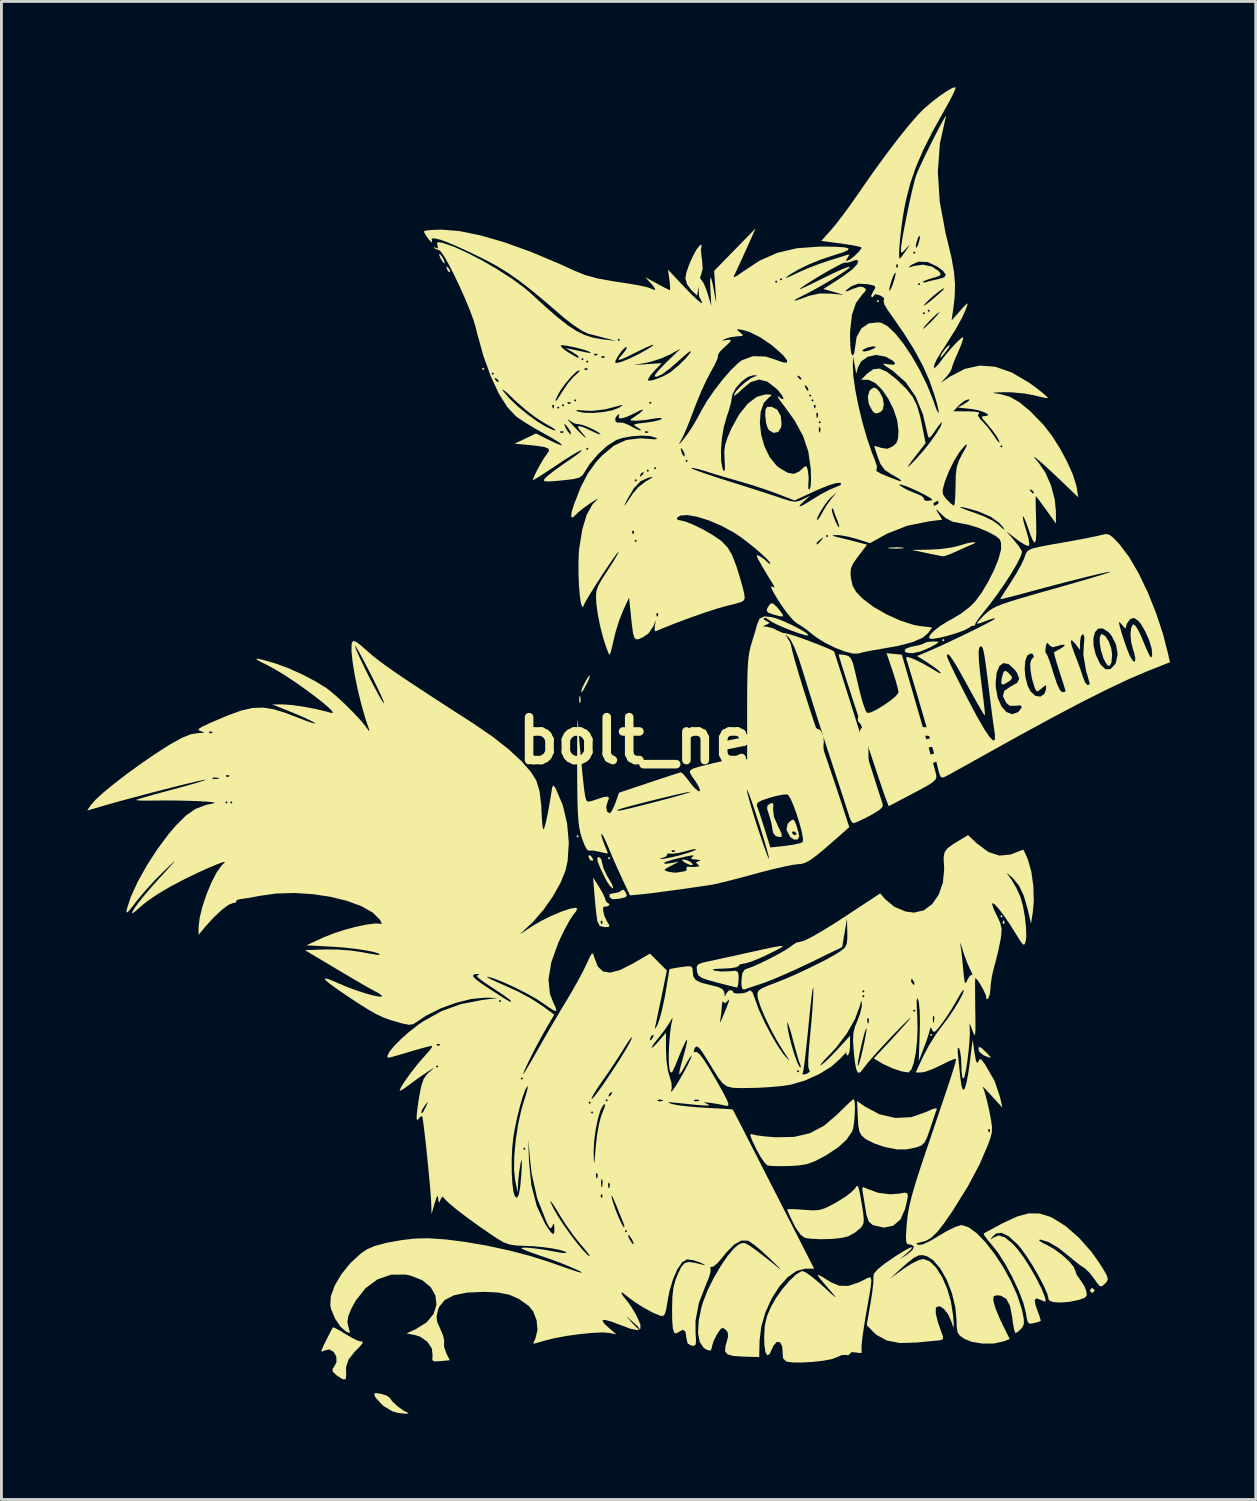
<source format=kicad_pcb>
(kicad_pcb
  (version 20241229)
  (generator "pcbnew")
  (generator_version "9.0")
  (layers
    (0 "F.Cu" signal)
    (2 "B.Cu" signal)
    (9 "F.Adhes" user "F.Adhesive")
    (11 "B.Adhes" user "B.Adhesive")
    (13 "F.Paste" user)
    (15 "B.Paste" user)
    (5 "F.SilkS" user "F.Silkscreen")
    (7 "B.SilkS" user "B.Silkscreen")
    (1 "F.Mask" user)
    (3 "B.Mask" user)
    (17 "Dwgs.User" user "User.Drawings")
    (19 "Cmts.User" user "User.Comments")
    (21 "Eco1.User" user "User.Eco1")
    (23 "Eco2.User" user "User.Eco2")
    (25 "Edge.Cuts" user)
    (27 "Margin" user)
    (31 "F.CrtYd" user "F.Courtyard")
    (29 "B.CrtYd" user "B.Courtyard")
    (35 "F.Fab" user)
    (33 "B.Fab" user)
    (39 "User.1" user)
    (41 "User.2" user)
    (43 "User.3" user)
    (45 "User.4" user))
  (footprint "bolt_negative"
    (layer "F.Cu")
    (at 22.517 22.842)
    (property "Reference" "bolt_negative" (at 0 0 0) (layer "F.SilkS") (effects (font (size 1.5 1.5) (thickness 0.3))))
    (attr board_only exclude_from_pos_files exclude_from_bom)
    (fp_poly (pts (xy -8.636 -12.996) (xy -8.678 -12.954) (xy -8.721 -12.996) (xy -8.678 -13.039)) (stroke (width 0) (type solid)) (fill yes) (layer "F.SilkS"))
    (fp_poly (pts (xy -5.334 3.344) (xy -5.376 3.387) (xy -5.419 3.344) (xy -5.376 3.302)) (stroke (width 0) (type solid)) (fill yes) (layer "F.SilkS"))
    (fp_poly (pts (xy -4.233 4.106) (xy -4.276 4.149) (xy -4.318 4.106) (xy -4.276 4.064)) (stroke (width 0) (type solid)) (fill yes) (layer "F.SilkS"))
    (fp_poly (pts (xy 5.165 -15.367) (xy 5.122 -15.325) (xy 5.08 -15.367) (xy 5.122 -15.409)) (stroke (width 0) (type solid)) (fill yes) (layer "F.SilkS"))
    (fp_poly (pts (xy 7.027 10.287) (xy 6.985 10.329) (xy 6.943 10.287) (xy 6.985 10.245)) (stroke (width 0) (type solid)) (fill yes) (layer "F.SilkS"))
    (fp_poly (pts (xy 7.451 -3.514) (xy 7.408 -3.471) (xy 7.366 -3.514) (xy 7.408 -3.556)) (stroke (width 0) (type solid)) (fill yes) (layer "F.SilkS"))
    (fp_poly (pts (xy 9.483 6.138) (xy 9.44 6.181) (xy 9.398 6.138) (xy 9.44 6.096)) (stroke (width 0) (type solid)) (fill yes) (layer "F.SilkS"))
    (fp_poly (pts (xy -5.278 -1.545) (xy -5.267 -1.372) (xy -5.278 -1.333) (xy -5.309 -1.323) (xy -5.321 -1.439) (xy -5.307 -1.56)) (stroke (width 0) (type solid)) (fill yes) (layer "F.SilkS"))
    (fp_poly (pts (xy 9.539 6.294) (xy 9.549 6.394) (xy 9.539 6.406) (xy 9.489 6.395) (xy 9.483 6.35) (xy 9.514 6.28)) (stroke (width 0) (type solid)) (fill yes) (layer "F.SilkS"))
    (fp_poly (pts (xy -9.907 -16.544) (xy -9.895 -16.533) (xy -9.829 -16.422) (xy -9.838 -16.381) (xy -9.901 -16.406) (xy -9.943 -16.485) (xy -9.969 -16.584)) (stroke (width 0) (type solid)) (fill yes) (layer "F.SilkS"))
    (fp_poly (pts (xy -10.14 -16.953) (xy -10.075 -16.849) (xy -10.021 -16.718) (xy -10.027 -16.679) (xy -10.095 -16.744) (xy -10.16 -16.849) (xy -10.215 -16.98) (xy -10.208 -17.018)) (stroke (width 0) (type solid)) (fill yes) (layer "F.SilkS"))
    (fp_poly (pts (xy -4.895 4.046) (xy -4.83 4.153) (xy -4.839 4.19) (xy -4.927 4.187) (xy -4.939 4.177) (xy -4.995 4.047) (xy -4.995 4.033) (xy -4.952 4.001)) (stroke (width 0) (type solid)) (fill yes) (layer "F.SilkS"))
    (fp_poly (pts (xy 5.99 -6.749) (xy 6.043 -6.731) (xy 5.947 -6.718) (xy 5.757 -6.714) (xy 5.548 -6.719) (xy 5.47 -6.733) (xy 5.524 -6.749) (xy 5.798 -6.763)) (stroke (width 0) (type solid)) (fill yes) (layer "F.SilkS"))
    (fp_poly (pts (xy 12.698 19.199) (xy 12.7 19.219) (xy 12.636 19.302) (xy 12.615 19.304) (xy 12.533 19.24) (xy 12.531 19.219) (xy 12.595 19.137) (xy 12.615 19.135)) (stroke (width 0) (type solid)) (fill yes) (layer "F.SilkS"))
    (fp_poly (pts (xy -1.542 4.184) (xy -1.406 4.255) (xy -1.349 4.33) (xy -1.357 4.349) (xy -1.451 4.342) (xy -1.609 4.272) (xy -1.723 4.189) (xy -1.699 4.153) (xy -1.693 4.153)) (stroke (width 0) (type solid)) (fill yes) (layer "F.SilkS"))
    (fp_poly (pts (xy 7.597 -13.739) (xy 7.536 -13.652) (xy 7.384 -13.457) (xy 7.306 -13.384) (xy 7.312 -13.437) (xy 7.358 -13.532) (xy 7.495 -13.717) (xy 7.589 -13.808) (xy 7.646 -13.834)) (stroke (width 0) (type solid)) (fill yes) (layer "F.SilkS"))
    (fp_poly (pts (xy 1.594 -4.671) (xy 1.679 -4.567) (xy 1.794 -4.41) (xy 1.804 -4.343) (xy 1.687 -4.351) (xy 1.459 -4.413) (xy 1.278 -4.48) (xy 1.232 -4.559) (xy 1.272 -4.659) (xy 1.363 -4.79) (xy 1.459 -4.796)) (stroke (width 0) (type solid)) (fill yes) (layer "F.SilkS"))
    (fp_poly (pts (xy 8.731 10.734) (xy 8.848 10.837) (xy 8.99 10.978) (xy 9.058 11.06) (xy 9.059 11.064) (xy 9.051 11.084) (xy 8.99 11.069) (xy 8.826 11.004) (xy 8.679 10.891) (xy 8.636 10.783) (xy 8.654 10.703)) (stroke (width 0) (type solid)) (fill yes) (layer "F.SilkS"))
    (fp_poly (pts (xy 9.675 -2.382) (xy 9.718 -2.339) (xy 9.815 -2.22) (xy 9.781 -2.134) (xy 9.699 -2.069) (xy 9.518 -1.961) (xy 9.436 -1.988) (xy 9.444 -2.153) (xy 9.451 -2.18) (xy 9.51 -2.388) (xy 9.574 -2.448)) (stroke (width 0) (type solid)) (fill yes) (layer "F.SilkS"))
    (fp_poly (pts (xy -4.955 -2.22) (xy -5.023 -2.057) (xy -5.046 -2.011) (xy -5.166 -1.784) (xy -5.229 -1.693) (xy -5.249 -1.719) (xy -5.249 -1.726) (xy -5.214 -1.841) (xy -5.13 -2.017) (xy -5.033 -2.185) (xy -4.96 -2.281) (xy -4.949 -2.286)) (stroke (width 0) (type solid)) (fill yes) (layer "F.SilkS"))
    (fp_poly (pts (xy -3.706 5.287) (xy -3.653 5.401) (xy -3.684 5.463) (xy -3.833 5.507) (xy -3.951 5.53) (xy -4.164 5.541) (xy -4.264 5.462) (xy -4.265 5.457) (xy -4.25 5.361) (xy -4.109 5.334) (xy -3.927 5.298) (xy -3.846 5.238) (xy -3.769 5.208)) (stroke (width 0) (type solid)) (fill yes) (layer "F.SilkS"))
    (fp_poly (pts (xy 5.089 -12.298) (xy 5.174 -12.201) (xy 5.292 -11.98) (xy 5.33 -11.746) (xy 5.285 -11.557) (xy 5.2 -11.481) (xy 5.062 -11.437) (xy 4.984 -11.472) (xy 4.922 -11.544) (xy 4.803 -11.771) (xy 4.77 -12.022) (xy 4.827 -12.228) (xy 4.871 -12.279) (xy 4.987 -12.346)) (stroke (width 0) (type solid)) (fill yes) (layer "F.SilkS"))
    (fp_poly (pts (xy 13.077 -3.65) (xy 13.196 -3.462) (xy 13.282 -3.216) (xy 13.31 -2.999) (xy 13.286 -2.728) (xy 13.221 -2.611) (xy 13.126 -2.655) (xy 13.012 -2.863) (xy 13.008 -2.875) (xy 12.919 -3.157) (xy 12.876 -3.422) (xy 12.881 -3.626) (xy 12.936 -3.723) (xy 12.952 -3.725)) (stroke (width 0) (type solid)) (fill yes) (layer "F.SilkS"))
    (fp_poly (pts (xy -4.552 4.137) (xy -4.517 4.28) (xy -4.463 4.481) (xy -4.342 4.734) (xy -4.283 4.83) (xy -4.171 5.023) (xy -4.13 5.144) (xy -4.146 5.165) (xy -4.231 5.096) (xy -4.35 4.922) (xy -4.404 4.823) (xy -4.58 4.461) (xy -4.673 4.225) (xy -4.686 4.099) (xy -4.633 4.064)) (stroke (width 0) (type solid)) (fill yes) (layer "F.SilkS"))
    (fp_poly (pts (xy 1.413 -11.668) (xy 1.604 -11.569) (xy 1.725 -11.355) (xy 1.755 -11.073) (xy 1.735 -10.943) (xy 1.634 -10.79) (xy 1.474 -10.759) (xy 1.317 -10.852) (xy 1.273 -10.916) (xy 1.213 -11.112) (xy 1.186 -11.368) (xy 1.185 -11.388) (xy 1.197 -11.59) (xy 1.257 -11.669) (xy 1.402 -11.67)) (stroke (width 0) (type solid)) (fill yes) (layer "F.SilkS"))
    (fp_poly (pts (xy 7.209 -3.462) (xy 7.241 -3.436) (xy 7.146 -3.37) (xy 6.943 -3.26) (xy 6.621 -3.121) (xy 6.337 -3.057) (xy 6.129 -3.074) (xy 6.055 -3.13) (xy 6.088 -3.209) (xy 6.276 -3.281) (xy 6.543 -3.333) (xy 6.7 -3.383) (xy 6.743 -3.412) (xy 6.862 -3.453) (xy 7.063 -3.468)) (stroke (width 0) (type solid)) (fill yes) (layer "F.SilkS"))
    (fp_poly (pts (xy -12.258 22.833) (xy -12.06 22.89) (xy -11.953 22.958) (xy -11.951 22.963) (xy -11.845 23.107) (xy -11.659 23.278) (xy -11.459 23.42) (xy -11.388 23.456) (xy -11.282 23.507) (xy -11.328 23.525) (xy -11.43 23.527) (xy -11.68 23.494) (xy -11.852 23.443) (xy -12.176 23.249) (xy -12.423 22.982) (xy -12.456 22.926) (xy -12.489 22.831) (xy -12.421 22.807)) (stroke (width 0) (type solid)) (fill yes) (layer "F.SilkS"))
    (fp_poly (pts (xy 1.47 2.255) (xy 1.457 2.373) (xy 1.488 2.663) (xy 1.636 3.002) (xy 1.752 3.241) (xy 1.761 3.358) (xy 1.657 3.369) (xy 1.545 3.331) (xy 1.458 3.221) (xy 1.436 3.104) (xy 1.405 2.905) (xy 1.334 2.648) (xy 1.318 2.602) (xy 1.252 2.39) (xy 1.258 2.278) (xy 1.34 2.209) (xy 1.349 2.205) (xy 1.447 2.174)) (stroke (width 0) (type solid)) (fill yes) (layer "F.SilkS"))
    (fp_poly (pts (xy 8.544 -6.922) (xy 8.467 -6.883) (xy 8.467 -6.883) (xy 8.322 -6.822) (xy 8.086 -6.717) (xy 7.908 -6.635) (xy 7.658 -6.527) (xy 7.469 -6.458) (xy 7.4 -6.444) (xy 7.282 -6.465) (xy 7.052 -6.511) (xy 6.816 -6.56) (xy 6.308 -6.667) (xy 6.953 -6.678) (xy 7.327 -6.701) (xy 7.688 -6.75) (xy 7.958 -6.815) (xy 7.959 -6.816) (xy 8.21 -6.892) (xy 8.41 -6.934) (xy 8.456 -6.936)) (stroke (width 0) (type solid)) (fill yes) (layer "F.SilkS"))
    (fp_poly (pts (xy 4.726 15.655) (xy 4.751 15.669) (xy 5.125 15.804) (xy 5.55 15.859) (xy 5.89 15.831) (xy 6.06 15.8) (xy 6.149 15.822) (xy 6.169 15.928) (xy 6.128 16.146) (xy 6.068 16.383) (xy 5.908 16.74) (xy 5.66 16.955) (xy 5.335 17.023) (xy 4.948 16.937) (xy 4.944 16.935) (xy 4.805 16.815) (xy 4.721 16.57) (xy 4.709 16.496) (xy 4.659 16.188) (xy 4.61 15.894) (xy 4.601 15.845) (xy 4.574 15.658) (xy 4.606 15.605)) (stroke (width 0) (type solid)) (fill yes) (layer "F.SilkS"))
    (fp_poly (pts (xy 2.203 2.793) (xy 2.274 2.965) (xy 2.276 2.972) (xy 2.342 3.192) (xy 2.371 3.352) (xy 2.371 3.357) (xy 2.312 3.455) (xy 2.182 3.457) (xy 2.056 3.365) (xy 1.976 3.212) (xy 2.117 3.212) (xy 2.178 3.299) (xy 2.201 3.302) (xy 2.284 3.273) (xy 2.286 3.265) (xy 2.227 3.192) (xy 2.201 3.175) (xy 2.123 3.182) (xy 2.117 3.212) (xy 1.976 3.212) (xy 1.928 3.12) (xy 1.962 2.917) (xy 2.028 2.84) (xy 2.136 2.759)) (stroke (width 0) (type solid)) (fill yes) (layer "F.SilkS"))
    (fp_poly (pts (xy 4.647 12.778) (xy 5.173 13.06) (xy 5.727 13.189) (xy 6.283 13.162) (xy 6.788 12.989) (xy 7.037 12.876) (xy 7.166 12.85) (xy 7.179 12.883) (xy 7.132 13.017) (xy 7.051 13.259) (xy 6.951 13.559) (xy 6.949 13.566) (xy 6.843 13.867) (xy 6.752 14.048) (xy 6.646 14.148) (xy 6.492 14.209) (xy 6.45 14.221) (xy 6.118 14.289) (xy 5.8 14.289) (xy 5.424 14.218) (xy 5.306 14.187) (xy 5.011 14.086) (xy 4.748 13.959) (xy 4.671 13.909) (xy 4.547 13.798) (xy 4.475 13.662) (xy 4.438 13.451) (xy 4.42 13.169) (xy 4.395 12.598)) (stroke (width 0) (type solid)) (fill yes) (layer "F.SilkS"))
    (fp_poly (pts (xy -13.85 20.534) (xy -13.674 20.631) (xy -13.498 20.739) (xy -13.255 20.881) (xy -13.06 20.975) (xy -12.98 20.997) (xy -12.894 21.009) (xy -12.892 21.061) (xy -12.988 21.18) (xy -13.166 21.361) (xy -13.382 21.631) (xy -13.471 21.909) (xy -13.466 22.204) (xy -13.485 22.327) (xy -13.586 22.325) (xy -13.785 22.197) (xy -13.801 22.185) (xy -13.937 22.056) (xy -13.941 21.959) (xy -13.906 21.916) (xy -13.804 21.731) (xy -13.81 21.533) (xy -13.899 21.369) (xy -14.046 21.282) (xy -14.227 21.318) (xy -14.233 21.322) (xy -14.316 21.363) (xy -14.331 21.324) (xy -14.273 21.18) (xy -14.174 20.979) (xy -14.051 20.736) (xy -13.96 20.563) (xy -13.927 20.506)) (stroke (width 0) (type solid)) (fill yes) (layer "F.SilkS"))
    (fp_poly (pts (xy -4.618 5.122) (xy -4.49 5.345) (xy -4.413 5.52) (xy -4.403 5.567) (xy -4.346 5.665) (xy -4.313 5.673) (xy -4.263 5.725) (xy -4.277 5.759) (xy -4.378 5.808) (xy -4.409 5.796) (xy -4.474 5.808) (xy -4.485 5.928) (xy -4.446 6.105) (xy -4.365 6.287) (xy -4.351 6.311) (xy -4.264 6.458) (xy -4.291 6.512) (xy -4.429 6.519) (xy -4.599 6.478) (xy -4.666 6.35) (xy -4.572 6.35) (xy -4.541 6.42) (xy -4.516 6.406) (xy -4.505 6.306) (xy -4.516 6.294) (xy -4.566 6.305) (xy -4.572 6.35) (xy -4.666 6.35) (xy -4.68 6.324) (xy -4.688 6.287) (xy -4.717 6.087) (xy -4.75 5.782) (xy -4.781 5.437) (xy -4.783 5.419) (xy -4.833 4.784)) (stroke (width 0) (type solid)) (fill yes) (layer "F.SilkS"))
    (fp_poly (pts (xy 4.426 15.58) (xy 4.468 15.707) (xy 4.519 15.967) (xy 4.551 16.158) (xy 4.607 16.506) (xy 4.629 16.73) (xy 4.617 16.872) (xy 4.568 16.973) (xy 4.515 17.037) (xy 4.325 17.194) (xy 4.088 17.326) (xy 3.851 17.384) (xy 3.509 17.419) (xy 3.125 17.429) (xy 2.763 17.41) (xy 2.577 17.384) (xy 2.422 17.276) (xy 2.246 17.022) (xy 2.175 16.885) (xy 2.055 16.636) (xy 1.973 16.454) (xy 1.947 16.386) (xy 2.024 16.375) (xy 2.227 16.379) (xy 2.513 16.398) (xy 2.532 16.4) (xy 2.843 16.42) (xy 3.068 16.407) (xy 3.273 16.345) (xy 3.526 16.219) (xy 3.674 16.137) (xy 3.961 15.96) (xy 4.194 15.785) (xy 4.327 15.648) (xy 4.332 15.639) (xy 4.384 15.565)) (stroke (width 0) (type solid)) (fill yes) (layer "F.SilkS"))
    (fp_poly (pts (xy 4.307 12.606) (xy 4.32 12.797) (xy 4.314 13.051) (xy 4.293 13.317) (xy 4.259 13.542) (xy 4.223 13.658) (xy 4.025 13.95) (xy 3.733 14.218) (xy 3.315 14.492) (xy 3.225 14.542) (xy 2.903 14.709) (xy 2.634 14.805) (xy 2.336 14.852) (xy 2.04 14.869) (xy 1.711 14.875) (xy 1.439 14.869) (xy 1.276 14.854) (xy 1.266 14.851) (xy 1.166 14.759) (xy 1.025 14.555) (xy 0.873 14.281) (xy 0.859 14.253) (xy 0.724 13.967) (xy 0.665 13.807) (xy 0.677 13.749) (xy 0.736 13.762) (xy 0.891 13.798) (xy 1.161 13.833) (xy 1.495 13.861) (xy 1.566 13.865) (xy 2.206 13.85) (xy 2.75 13.721) (xy 3.239 13.461) (xy 3.714 13.056) (xy 3.744 13.025) (xy 3.973 12.797) (xy 4.156 12.624) (xy 4.261 12.536) (xy 4.274 12.531)) (stroke (width 0) (type solid)) (fill yes) (layer "F.SilkS"))
    (fp_poly (pts (xy 1.789 7.179) (xy 1.758 7.22) (xy 1.617 7.301) (xy 1.377 7.423) (xy 1.316 7.453) (xy 0.99 7.606) (xy 0.7 7.722) (xy 0.494 7.784) (xy 0.448 7.789) (xy 0.298 7.821) (xy 0.254 7.874) (xy 0.177 7.919) (xy -0.024 7.953) (xy -0.275 7.967) (xy -0.547 7.978) (xy -0.657 7.999) (xy -0.61 8.032) (xy -0.593 8.038) (xy -0.363 8.069) (xy -0.088 8.063) (xy -0.064 8.06) (xy 0.144 8.043) (xy 0.233 8.09) (xy 0.254 8.242) (xy 0.254 8.329) (xy 0.239 8.526) (xy 0.201 8.625) (xy 0.191 8.628) (xy 0.084 8.604) (xy -0.143 8.548) (xy -0.445 8.471) (xy -0.521 8.451) (xy -0.847 8.361) (xy -1.044 8.287) (xy -1.148 8.208) (xy -1.193 8.103) (xy -1.203 8.044) (xy -1.212 7.902) (xy -1.158 7.818) (xy -1.004 7.76) (xy -0.81 7.717) (xy -0.549 7.661) (xy -0.178 7.58) (xy 0.25 7.486) (xy 0.593 7.41) (xy 1.112 7.295) (xy 1.477 7.218) (xy 1.699 7.179)) (stroke (width 0) (type solid)) (fill yes) (layer "F.SilkS"))
    (fp_poly (pts (xy 5.692 -3.032) (xy 5.959 -3.006) (xy 6.535 -1.016) (xy 6.698 -0.452) (xy 6.847 0.068) (xy 6.975 0.518) (xy 7.074 0.872) (xy 7.138 1.107) (xy 7.158 1.185) (xy 7.166 1.283) (xy 7.128 1.37) (xy 7.02 1.467) (xy 6.817 1.593) (xy 6.495 1.768) (xy 6.352 1.843) (xy 5.501 2.29) (xy 5.408 2.055) (xy 5.349 1.892) (xy 5.251 1.605) (xy 5.12 1.217) (xy 4.965 0.753) (xy 4.794 0.236) (xy 4.613 -0.311) (xy 4.432 -0.865) (xy 4.257 -1.402) (xy 4.096 -1.898) (xy 3.957 -2.331) (xy 3.848 -2.676) (xy 3.776 -2.911) (xy 3.748 -3.012) (xy 3.748 -3.014) (xy 3.835 -3.014) (xy 3.987 -2.991) (xy 4.101 -2.953) (xy 4.183 -2.867) (xy 4.252 -2.698) (xy 4.325 -2.409) (xy 4.35 -2.3) (xy 4.484 -1.728) (xy 4.598 -1.312) (xy 4.69 -1.056) (xy 4.749 -0.969) (xy 4.863 -0.984) (xy 5.062 -1.078) (xy 5.303 -1.222) (xy 5.542 -1.387) (xy 5.734 -1.544) (xy 5.836 -1.665) (xy 5.842 -1.688) (xy 5.816 -1.836) (xy 5.747 -2.091) (xy 5.648 -2.402) (xy 5.634 -2.446) (xy 5.425 -3.058)) (stroke (width 0) (type solid)) (fill yes) (layer "F.SilkS"))
    (fp_poly (pts (xy 2.614 18.597) (xy 2.823 18.747) (xy 3.083 18.963) (xy 3.247 19.112) (xy 3.47 19.318) (xy 3.608 19.435) (xy 3.647 19.454) (xy 3.597 19.388) (xy 3.3 19.045) (xy 3.11 18.819) (xy 3.024 18.7) (xy 3.04 18.674) (xy 3.152 18.73) (xy 3.36 18.857) (xy 3.481 18.932) (xy 3.77 19.055) (xy 4.078 19.06) (xy 4.443 18.943) (xy 4.636 18.85) (xy 4.752 18.789) (xy 4.832 18.759) (xy 4.879 18.782) (xy 4.893 18.878) (xy 4.875 19.069) (xy 4.826 19.375) (xy 4.748 19.819) (xy 4.705 20.06) (xy 4.635 20.487) (xy 4.582 20.86) (xy 4.552 21.144) (xy 4.549 21.305) (xy 4.552 21.322) (xy 4.553 21.404) (xy 4.439 21.404) (xy 4.374 21.389) (xy 4.197 21.375) (xy 4.149 21.428) (xy 4.087 21.485) (xy 4.017 21.473) (xy 3.856 21.479) (xy 3.679 21.558) (xy 3.5 21.622) (xy 3.205 21.677) (xy 2.847 21.717) (xy 2.48 21.739) (xy 2.156 21.737) (xy 1.93 21.708) (xy 1.925 21.706) (xy 1.809 21.596) (xy 1.794 21.433) (xy 1.777 21.172) (xy 1.698 21.029) (xy 1.586 21.019) (xy 1.468 21.154) (xy 1.425 21.255) (xy 1.332 21.449) (xy 1.251 21.483) (xy 1.189 21.367) (xy 1.153 21.111) (xy 1.146 20.863) (xy 1.168 20.456) (xy 1.245 20.122) (xy 1.38 19.801) (xy 1.561 19.483) (xy 1.788 19.165) (xy 2.029 18.882) (xy 2.256 18.666) (xy 2.439 18.552) (xy 2.491 18.542)) (stroke (width 0) (type solid)) (fill yes) (layer "F.SilkS"))
    (fp_poly (pts (xy 10.763 16.529) (xy 11.13 16.639) (xy 11.232 16.686) (xy 11.688 16.972) (xy 12.153 17.379) (xy 12.588 17.87) (xy 12.847 18.235) (xy 13.03 18.524) (xy 13.13 18.708) (xy 13.16 18.823) (xy 13.129 18.906) (xy 13.062 18.98) (xy 12.958 19.071) (xy 12.879 19.069) (xy 12.78 18.953) (xy 12.695 18.827) (xy 12.528 18.61) (xy 12.362 18.45) (xy 12.319 18.422) (xy 12.16 18.314) (xy 11.938 18.139) (xy 11.8 18.02) (xy 11.431 17.729) (xy 11.094 17.531) (xy 10.822 17.445) (xy 10.778 17.443) (xy 10.758 17.474) (xy 10.87 17.55) (xy 11.007 17.617) (xy 11.282 17.771) (xy 11.559 17.976) (xy 11.8 18.195) (xy 11.967 18.396) (xy 12.023 18.533) (xy 12.077 18.684) (xy 12.186 18.833) (xy 12.333 19.052) (xy 12.405 19.234) (xy 12.425 19.385) (xy 12.361 19.472) (xy 12.176 19.54) (xy 12.136 19.551) (xy 11.815 19.618) (xy 11.51 19.642) (xy 11.263 19.627) (xy 11.115 19.572) (xy 11.091 19.525) (xy 11.046 19.343) (xy 10.923 19.063) (xy 10.747 18.723) (xy 10.538 18.362) (xy 10.319 18.019) (xy 10.112 17.734) (xy 9.995 17.599) (xy 9.694 17.327) (xy 9.452 17.204) (xy 9.256 17.227) (xy 9.133 17.335) (xy 9.06 17.436) (xy 9.103 17.416) (xy 9.161 17.371) (xy 9.345 17.298) (xy 9.556 17.361) (xy 9.812 17.567) (xy 9.977 17.742) (xy 10.195 18.027) (xy 10.435 18.401) (xy 10.667 18.806) (xy 10.856 19.186) (xy 10.963 19.459) (xy 10.992 19.597) (xy 10.93 19.604) (xy 10.838 19.558) (xy 10.67 19.496) (xy 10.603 19.55) (xy 10.632 19.73) (xy 10.696 19.911) (xy 10.775 20.127) (xy 10.815 20.264) (xy 10.815 20.286) (xy 10.727 20.319) (xy 10.574 20.362) (xy 10.441 20.383) (xy 10.367 20.335) (xy 10.324 20.18) (xy 10.298 20.01) (xy 10.212 19.668) (xy 10.049 19.238) (xy 9.83 18.769) (xy 9.582 18.31) (xy 9.327 17.908) (xy 9.142 17.67) (xy 8.963 17.458) (xy 8.846 17.3) (xy 8.816 17.234) (xy 8.9 17.184) (xy 9.099 17.075) (xy 9.375 16.927) (xy 9.508 16.857) (xy 9.992 16.633) (xy 10.397 16.525)) (stroke (width 0) (type solid)) (fill yes) (layer "F.SilkS"))
    (fp_poly (pts (xy 13.211 -7.2) (xy 13.348 -7.097) (xy 13.543 -6.891) (xy 13.581 -6.849) (xy 13.906 -6.417) (xy 14.236 -5.852) (xy 14.554 -5.191) (xy 14.844 -4.469) (xy 15.091 -3.722) (xy 15.275 -3) (xy 15.331 -2.741) (xy 14.528 -2.422) (xy 13.904 -2.156) (xy 13.143 -1.797) (xy 12.249 -1.348) (xy 11.224 -0.809) (xy 10.073 -0.182) (xy 9.475 0.15) (xy 8.962 0.435) (xy 8.491 0.698) (xy 8.085 0.924) (xy 7.765 1.101) (xy 7.554 1.217) (xy 7.484 1.254) (xy 7.379 1.295) (xy 7.311 1.256) (xy 7.255 1.105) (xy 7.208 0.906) (xy 7.158 0.711) (xy 7.069 0.385) (xy 6.949 -0.042) (xy 6.806 -0.538) (xy 6.651 -1.072) (xy 6.492 -1.614) (xy 6.338 -2.131) (xy 6.199 -2.594) (xy 6.129 -2.819) (xy 6.111 -2.91) (xy 6.161 -2.928) (xy 6.317 -2.874) (xy 6.407 -2.837) (xy 6.693 -2.699) (xy 6.996 -2.526) (xy 7.058 -2.486) (xy 7.235 -2.381) (xy 7.324 -2.35) (xy 7.323 -2.371) (xy 7.22 -2.471) (xy 7.024 -2.618) (xy 6.876 -2.716) (xy 6.498 -2.956) (xy 7.535 -2.956) (xy 7.573 -2.852) (xy 7.677 -2.623) (xy 7.836 -2.295) (xy 8.037 -1.893) (xy 8.269 -1.442) (xy 8.276 -1.427) (xy 8.59 -0.838) (xy 8.84 -0.405) (xy 9.027 -0.127) (xy 9.151 -0.003) (xy 9.212 -0.033) (xy 9.213 -0.215) (xy 9.198 -0.318) (xy 9.167 -0.525) (xy 9.122 -0.856) (xy 9.069 -1.263) (xy 9.015 -1.693) (xy 8.977 -2.004) (xy 9.239 -2.004) (xy 9.246 -1.852) (xy 9.314 -1.484) (xy 9.446 -1.192) (xy 9.62 -0.999) (xy 9.817 -0.926) (xy 10.014 -0.994) (xy 10.058 -1.033) (xy 10.155 -1.172) (xy 10.102 -1.236) (xy 9.944 -1.219) (xy 9.734 -1.219) (xy 9.608 -1.323) (xy 9.493 -1.555) (xy 9.54 -1.74) (xy 9.751 -1.887) (xy 9.779 -1.9) (xy 9.999 -2.026) (xy 10.063 -2.177) (xy 9.978 -2.38) (xy 9.9 -2.486) (xy 9.872 -2.512) (xy 10.253 -2.512) (xy 10.281 -2.211) (xy 10.358 -1.921) (xy 10.454 -1.727) (xy 10.624 -1.568) (xy 10.803 -1.539) (xy 10.944 -1.638) (xy 10.994 -1.778) (xy 11.008 -1.922) (xy 10.963 -1.928) (xy 10.848 -1.83) (xy 10.718 -1.725) (xy 10.651 -1.746) (xy 10.596 -1.873) (xy 10.51 -2.159) (xy 10.459 -2.447) (xy 10.447 -2.685) (xy 10.481 -2.823) (xy 10.493 -2.833) (xy 10.579 -2.942) (xy 10.534 -3.032) (xy 10.458 -3.048) (xy 10.341 -2.974) (xy 10.273 -2.781) (xy 10.253 -2.512) (xy 9.872 -2.512) (xy 9.693 -2.677) (xy 9.51 -2.712) (xy 9.365 -2.603) (xy 9.27 -2.362) (xy 9.239 -2.004) (xy 8.977 -2.004) (xy 8.946 -2.253) (xy 8.892 -2.666) (xy 8.849 -2.955) (xy 8.82 -3.108) (xy 10.975 -3.108) (xy 11.003 -3.048) (xy 11.051 -2.973) (xy 11.128 -2.772) (xy 11.222 -2.483) (xy 11.255 -2.371) (xy 11.374 -2.009) (xy 11.48 -1.777) (xy 11.566 -1.693) (xy 11.568 -1.693) (xy 11.674 -1.712) (xy 11.684 -1.725) (xy 11.66 -1.814) (xy 11.595 -2.024) (xy 11.501 -2.315) (xy 11.47 -2.413) (xy 11.373 -2.719) (xy 11.306 -2.954) (xy 11.278 -3.079) (xy 11.279 -3.09) (xy 11.364 -3.139) (xy 11.501 -3.213) (xy 11.645 -3.31) (xy 11.639 -3.358) (xy 11.502 -3.341) (xy 11.402 -3.307) (xy 11.223 -3.266) (xy 11.122 -3.332) (xy 11.106 -3.358) (xy 11.046 -3.427) (xy 11.005 -3.351) (xy 10.988 -3.27) (xy 10.975 -3.108) (xy 8.82 -3.108) (xy 8.814 -3.141) (xy 8.782 -3.246) (xy 8.749 -3.293) (xy 8.717 -3.302) (xy 8.665 -3.253) (xy 8.643 -3.098) (xy 8.652 -2.82) (xy 8.69 -2.406) (xy 8.761 -1.841) (xy 8.763 -1.825) (xy 8.81 -1.451) (xy 8.845 -1.145) (xy 8.863 -0.941) (xy 8.863 -0.876) (xy 8.816 -0.937) (xy 8.705 -1.122) (xy 8.543 -1.405) (xy 8.346 -1.759) (xy 8.266 -1.907) (xy 7.999 -2.389) (xy 7.8 -2.73) (xy 7.662 -2.938) (xy 7.577 -3.025) (xy 7.539 -3) (xy 7.535 -2.956) (xy 6.498 -2.956) (xy 6.491 -2.96) (xy 6.823 -3.097) (xy 7.098 -3.216) (xy 7.442 -3.372) (xy 7.686 -3.487) (xy 11.863 -3.487) (xy 11.897 -3.319) (xy 12.006 -3.011) (xy 12.033 -2.945) (xy 12.15 -2.639) (xy 12.251 -2.349) (xy 12.291 -2.223) (xy 12.365 -2.037) (xy 12.442 -1.948) (xy 12.45 -1.947) (xy 12.529 -1.969) (xy 12.531 -1.974) (xy 12.509 -2.063) (xy 12.452 -2.265) (xy 12.397 -2.451) (xy 12.304 -3.007) (xy 12.32 -3.313) (xy 12.341 -3.583) (xy 12.657 -3.583) (xy 12.663 -3.313) (xy 12.737 -3.01) (xy 12.884 -2.699) (xy 12.914 -2.651) (xy 13.081 -2.495) (xy 13.255 -2.503) (xy 13.413 -2.672) (xy 13.444 -2.73) (xy 13.503 -3.027) (xy 13.445 -3.364) (xy 13.286 -3.676) (xy 13.18 -3.797) (xy 12.979 -3.925) (xy 12.82 -3.915) (xy 12.711 -3.792) (xy 12.657 -3.583) (xy 12.341 -3.583) (xy 12.342 -3.594) (xy 12.306 -3.718) (xy 12.285 -3.725) (xy 12.221 -3.651) (xy 12.191 -3.471) (xy 12.19 -3.45) (xy 12.188 -3.175) (xy 12.023 -3.387) (xy 11.905 -3.511) (xy 11.863 -3.487) (xy 7.686 -3.487) (xy 7.822 -3.551) (xy 8.21 -3.737) (xy 8.574 -3.916) (xy 8.884 -4.074) (xy 9.014 -4.143) (xy 13.549 -4.143) (xy 13.573 -4.009) (xy 13.64 -3.772) (xy 13.733 -3.485) (xy 13.833 -3.202) (xy 13.923 -2.979) (xy 13.951 -2.921) (xy 14.05 -2.773) (xy 14.11 -2.767) (xy 14.121 -2.88) (xy 14.077 -3.088) (xy 14.039 -3.199) (xy 13.975 -3.454) (xy 13.953 -3.715) (xy 13.973 -3.932) (xy 14.033 -4.053) (xy 14.065 -4.064) (xy 14.143 -3.993) (xy 14.25 -3.81) (xy 14.318 -3.662) (xy 14.475 -3.29) (xy 14.579 -3.054) (xy 14.642 -2.933) (xy 14.678 -2.906) (xy 14.698 -2.953) (xy 14.711 -3.021) (xy 14.692 -3.225) (xy 14.605 -3.509) (xy 14.473 -3.81) (xy 14.324 -4.069) (xy 14.218 -4.197) (xy 14.075 -4.291) (xy 13.956 -4.255) (xy 13.929 -4.235) (xy 13.82 -4.082) (xy 13.801 -3.995) (xy 13.782 -3.921) (xy 13.709 -3.985) (xy 13.676 -4.027) (xy 13.582 -4.133) (xy 13.549 -4.143) (xy 9.014 -4.143) (xy 9.11 -4.194) (xy 9.222 -4.263) (xy 9.229 -4.271) (xy 9.16 -4.273) (xy 8.989 -4.219) (xy 8.919 -4.191) (xy 8.718 -4.116) (xy 8.595 -4.087) (xy 8.582 -4.09) (xy 8.622 -4.158) (xy 8.753 -4.304) (xy 8.87 -4.421) (xy 8.98 -4.518) (xy 9.103 -4.604) (xy 9.26 -4.686) (xy 9.474 -4.773) (xy 9.766 -4.872) (xy 10.16 -4.992) (xy 10.676 -5.142) (xy 11.237 -5.3) (xy 11.794 -5.458) (xy 12.291 -5.601) (xy 12.707 -5.725) (xy 13.021 -5.82) (xy 13.21 -5.883) (xy 13.258 -5.905) (xy 13.167 -5.896) (xy 12.933 -5.848) (xy 12.577 -5.764) (xy 12.12 -5.651) (xy 11.582 -5.513) (xy 10.985 -5.356) (xy 10.348 -5.184) (xy 10.308 -5.173) (xy 9.945 -5.076) (xy 9.65 -5) (xy 9.458 -4.955) (xy 9.398 -4.947) (xy 9.441 -5.023) (xy 9.556 -5.206) (xy 9.72 -5.46) (xy 9.777 -5.548) (xy 9.971 -5.86) (xy 10.136 -6.157) (xy 10.24 -6.381) (xy 10.249 -6.407) (xy 10.287 -6.52) (xy 10.332 -6.603) (xy 10.409 -6.668) (xy 10.544 -6.722) (xy 10.762 -6.776) (xy 11.09 -6.838) (xy 11.552 -6.92) (xy 11.69 -6.944) (xy 12.106 -7.019) (xy 12.485 -7.092) (xy 12.782 -7.154) (xy 12.937 -7.192) (xy 13.089 -7.224)) (stroke (width 0) (type solid)) (fill yes) (layer "F.SilkS"))
    (fp_poly (pts (xy 1.429 -4.315) (xy 1.573 -4.272) (xy 1.828 -4.174) (xy 2.105 -4.048) (xy 2.367 -3.914) (xy 2.574 -3.793) (xy 2.686 -3.706) (xy 2.692 -3.68) (xy 2.596 -3.685) (xy 2.39 -3.744) (xy 2.122 -3.839) (xy 1.837 -3.952) (xy 1.579 -4.066) (xy 1.394 -4.164) (xy 1.345 -4.2) (xy 1.207 -4.29) (xy 1.13 -4.291) (xy 1.151 -4.223) (xy 1.231 -4.178) (xy 1.336 -4.127) (xy 1.287 -4.082) (xy 1.221 -4.055) (xy 1.108 -4.005) (xy 1.157 -3.988) (xy 1.23 -3.985) (xy 1.44 -3.934) (xy 1.569 -3.868) (xy 1.786 -3.772) (xy 1.924 -3.747) (xy 2.056 -3.715) (xy 2.294 -3.638) (xy 2.594 -3.531) (xy 2.915 -3.41) (xy 3.214 -3.292) (xy 3.45 -3.191) (xy 3.581 -3.125) (xy 3.593 -3.114) (xy 3.621 -3.031) (xy 3.694 -2.805) (xy 3.805 -2.456) (xy 3.949 -2.004) (xy 4.118 -1.468) (xy 4.308 -0.867) (xy 4.421 -0.508) (xy 4.622 0.127) (xy 4.808 0.715) (xy 4.973 1.234) (xy 5.11 1.663) (xy 5.213 1.983) (xy 5.276 2.173) (xy 5.29 2.214) (xy 5.285 2.312) (xy 5.175 2.424) (xy 4.937 2.571) (xy 4.837 2.626) (xy 4.571 2.761) (xy 4.364 2.855) (xy 4.259 2.888) (xy 4.185 2.809) (xy 4.135 2.688) (xy 4.093 2.555) (xy 4.006 2.286) (xy 3.884 1.908) (xy 3.733 1.447) (xy 3.564 0.929) (xy 3.481 0.677) (xy 3.281 0.062) (xy 3.074 -0.583) (xy 2.875 -1.212) (xy 2.698 -1.777) (xy 2.557 -2.235) (xy 2.542 -2.284) (xy 2.362 -2.849) (xy 2.204 -3.265) (xy 2.072 -3.525) (xy 2.015 -3.596) (xy 1.902 -3.696) (xy 1.9 -3.679) (xy 1.949 -3.611) (xy 2.049 -3.446) (xy 2.081 -3.357) (xy 2.128 -3.14) (xy 2.222 -2.792) (xy 2.353 -2.342) (xy 2.512 -1.82) (xy 2.692 -1.254) (xy 2.882 -0.673) (xy 3.054 -0.169) (xy 3.242 0.379) (xy 3.434 0.944) (xy 3.615 1.477) (xy 3.766 1.932) (xy 3.844 2.168) (xy 4.122 3.023) (xy 3.653 3.438) (xy 3.261 3.779) (xy 2.968 4.021) (xy 2.749 4.179) (xy 2.579 4.271) (xy 2.434 4.311) (xy 2.331 4.318) (xy 2.154 4.34) (xy 1.851 4.401) (xy 1.46 4.491) (xy 1.017 4.604) (xy 0.84 4.652) (xy 0.388 4.774) (xy -0.024 4.882) (xy -0.361 4.966) (xy -0.586 5.018) (xy -0.635 5.028) (xy -0.996 5.084) (xy -1.441 5.148) (xy -1.92 5.216) (xy -2.385 5.278) (xy -2.787 5.33) (xy -3.077 5.364) (xy -3.106 5.366) (xy -3.544 5.409) (xy -3.811 4.842) (xy -3.986 4.459) (xy -4.063 4.284) (xy -2.363 4.284) (xy -2.302 4.305) (xy -2.095 4.278) (xy -1.82 4.225) (xy -2.112 4.375) (xy -2.294 4.473) (xy -2.339 4.526) (xy -2.257 4.565) (xy -2.197 4.582) (xy -1.993 4.614) (xy -1.877 4.606) (xy -1.687 4.574) (xy -1.639 4.572) (xy -1.559 4.527) (xy -1.57 4.482) (xy -1.559 4.41) (xy -1.511 4.407) (xy -1.331 4.415) (xy -1.228 4.411) (xy -1.119 4.388) (xy -1.167 4.331) (xy -1.176 4.325) (xy -1.24 4.259) (xy -1.147 4.213) (xy -1.134 4.209) (xy -1.075 4.178) (xy -1.183 4.16) (xy -1.228 4.157) (xy -1.388 4.139) (xy -1.398 4.095) (xy -1.355 4.06) (xy -1.313 4.016) (xy -1.384 4.011) (xy -1.583 4.048) (xy -1.925 4.129) (xy -2.053 4.16) (xy -2.278 4.231) (xy -2.363 4.284) (xy -4.063 4.284) (xy -4.135 4.12) (xy -2.495 4.12) (xy -2.468 4.137) (xy -2.329 4.123) (xy -2.085 4.075) (xy -1.833 4.015) (xy -1.549 3.934) (xy -1.331 3.857) (xy -1.236 3.808) (xy -1.264 3.788) (xy -1.416 3.816) (xy -1.575 3.86) (xy -1.844 3.926) (xy -2.065 3.954) (xy -2.138 3.948) (xy -2.241 3.948) (xy -2.243 3.981) (xy -2.278 4.048) (xy -2.391 4.089) (xy -2.495 4.12) (xy -4.135 4.12) (xy -4.169 4.041) (xy -4.254 3.838) (xy -2.088 3.838) (xy -2.077 3.889) (xy -2.032 3.895) (xy -1.962 3.864) (xy -1.976 3.838) (xy -2.076 3.828) (xy -2.088 3.838) (xy -4.254 3.838) (xy -4.293 3.743) (xy -4.405 3.482) (xy -4.495 3.305) (xy -4.544 3.246) (xy -4.545 3.247) (xy -4.539 3.34) (xy -4.478 3.529) (xy -4.45 3.6) (xy -4.367 3.803) (xy -4.321 3.927) (xy -4.318 3.941) (xy -4.39 3.937) (xy -4.567 3.897) (xy -4.615 3.884) (xy -4.832 3.841) (xy -4.977 3.843) (xy -4.989 3.848) (xy -5.052 3.8) (xy -5.142 3.629) (xy -5.225 3.408) (xy -5.277 3.231) (xy -5.317 3.038) (xy -5.347 2.806) (xy -5.367 2.507) (xy -5.38 2.118) (xy -5.387 1.613) (xy -5.391 0.967) (xy -5.391 0.889) (xy -5.391 0.354) (xy -5.389 -0.093) (xy -5.385 -0.433) (xy -5.38 -0.651) (xy -5.372 -0.73) (xy -5.366 -0.677) (xy -5.336 -0.273) (xy -5.298 0.187) (xy -5.255 0.664) (xy -5.211 1.118) (xy -5.169 1.51) (xy -5.133 1.801) (xy -5.113 1.93) (xy -5.073 2.086) (xy -5.002 2.135) (xy -4.848 2.098) (xy -4.754 2.065) (xy -4.467 1.973) (xy -4.315 1.955) (xy -4.278 2.014) (xy -4.322 2.123) (xy -4.375 2.312) (xy -4.348 2.473) (xy -4.253 2.54) (xy -4.186 2.468) (xy -4.174 2.444) (xy -3.981 2.444) (xy -3.927 2.447) (xy -3.79 2.422) (xy -3.551 2.368) (xy -3.19 2.278) (xy -2.689 2.15) (xy -2.582 2.122) (xy -2.157 2.01) (xy -1.807 1.913) (xy -1.555 1.839) (xy -1.428 1.795) (xy -1.422 1.786) (xy -1.538 1.803) (xy -1.778 1.853) (xy -2.107 1.929) (xy -2.49 2.021) (xy -2.89 2.12) (xy -3.274 2.218) (xy -3.604 2.306) (xy -3.847 2.375) (xy -3.966 2.416) (xy -3.971 2.419) (xy -3.981 2.444) (xy -4.174 2.444) (xy -4.096 2.285) (xy -4.055 2.18) (xy -3.927 1.82) (xy -2.874 1.466) (xy -2.477 1.334) (xy -2.14 1.223) (xy -1.893 1.145) (xy -1.769 1.108) (xy -1.762 1.107) (xy -1.684 1.166) (xy -1.55 1.325) (xy -1.466 1.438) (xy -1.306 1.635) (xy -1.167 1.757) (xy -1.118 1.776) (xy -1.094 1.717) (xy -1.095 1.715) (xy 0.543 1.715) (xy 0.554 1.804) (xy 0.611 2.026) (xy 0.704 2.35) (xy 0.826 2.748) (xy 0.893 2.959) (xy 1.031 3.376) (xy 1.151 3.727) (xy 1.245 3.983) (xy 1.303 4.118) (xy 1.315 4.132) (xy 1.303 4.044) (xy 1.246 3.824) (xy 1.153 3.5) (xy 1.032 3.102) (xy 0.965 2.888) (xy 0.829 2.469) (xy 0.755 2.252) (xy 0.887 2.252) (xy 0.895 2.279) (xy 0.945 2.42) (xy 1.03 2.674) (xy 1.131 2.992) (xy 1.157 3.073) (xy 1.363 3.733) (xy 1.888 3.676) (xy 2.177 3.636) (xy 2.398 3.586) (xy 2.493 3.546) (xy 2.505 3.436) (xy 2.467 3.212) (xy 2.391 2.918) (xy 2.291 2.597) (xy 2.182 2.292) (xy 2.077 2.046) (xy 1.989 1.902) (xy 1.964 1.884) (xy 1.827 1.884) (xy 1.586 1.928) (xy 1.345 1.993) (xy 1.062 2.089) (xy 0.918 2.169) (xy 0.887 2.252) (xy 0.755 2.252) (xy 0.709 2.119) (xy 0.615 1.863) (xy 0.556 1.728) (xy 0.543 1.715) (xy -1.095 1.715) (xy -1.172 1.549) (xy -1.266 1.403) (xy -1.384 1.234) (xy -1.449 1.119) (xy -1.438 1.038) (xy -1.333 0.973) (xy -1.113 0.906) (xy -0.758 0.818) (xy -0.59 0.776) (xy -0.246 0.701) (xy 0.067 0.649) (xy 0.285 0.632) (xy 0.3 0.633) (xy 0.551 0.648) (xy 0.551 -1.137) (xy 0.553 -1.76) (xy 0.56 -2.243) (xy 0.574 -2.613) (xy 0.598 -2.899) (xy 0.634 -3.128) (xy 0.682 -3.329) (xy 0.713 -3.429) (xy 0.802 -3.715) (xy 0.869 -3.946) (xy 0.897 -4.055) (xy 0.984 -4.261) (xy 1.154 -4.345)) (stroke (width 0) (type solid)) (fill yes) (layer "F.SilkS"))
    (fp_poly (pts (xy -13.121 -3.458) (xy -12.959 -3.338) (xy -12.725 -3.131) (xy -12.556 -2.985) (xy -12.352 -2.822) (xy -12.097 -2.632) (xy -11.778 -2.407) (xy -11.38 -2.137) (xy -10.891 -1.813) (xy -10.295 -1.424) (xy -9.58 -0.961) (xy -9.007 -0.593) (xy -8.36 -0.149) (xy -7.797 0.293) (xy -7.336 0.718) (xy -6.997 1.107) (xy -6.818 1.397) (xy -6.705 1.77) (xy -6.645 2.275) (xy -6.64 2.399) (xy -6.625 2.717) (xy -6.604 2.963) (xy -6.581 3.095) (xy -6.576 3.104) (xy -6.539 3.051) (xy -6.484 2.856) (xy -6.417 2.543) (xy -6.345 2.137) (xy -6.302 1.869) (xy -6.265 1.643) (xy -6.23 1.565) (xy -6.179 1.614) (xy -6.13 1.699) (xy -5.893 2.255) (xy -5.742 2.897) (xy -5.683 3.565) (xy -5.723 4.199) (xy -5.799 4.542) (xy -5.975 4.976) (xy -6.249 5.458) (xy -6.582 5.931) (xy -6.939 6.339) (xy -7.016 6.414) (xy -7.408 6.781) (xy -6.965 6.487) (xy -6.653 6.303) (xy -6.295 6.126) (xy -5.941 5.976) (xy -5.637 5.875) (xy -5.45 5.842) (xy -5.387 5.87) (xy -5.434 5.972) (xy -5.523 6.085) (xy -5.648 6.271) (xy -5.809 6.563) (xy -5.98 6.912) (xy -6.056 7.08) (xy -6.297 7.755) (xy -6.393 8.346) (xy -6.344 8.85) (xy -6.234 9.131) (xy -6.147 9.322) (xy -6.119 9.442) (xy -6.124 9.454) (xy -6.207 9.43) (xy -6.379 9.324) (xy -6.534 9.213) (xy -6.811 9.03) (xy -7.18 8.823) (xy -7.591 8.616) (xy -7.994 8.434) (xy -8.337 8.302) (xy -8.509 8.254) (xy -8.55 8.259) (xy -8.454 8.318) (xy -8.242 8.419) (xy -8.065 8.496) (xy -7.488 8.755) (xy -7.017 9.006) (xy -6.597 9.279) (xy -6.461 9.378) (xy -6.192 9.579) (xy -6.446 10.01) (xy -6.61 10.299) (xy -6.79 10.631) (xy -6.965 10.969) (xy -7.117 11.275) (xy -7.228 11.514) (xy -7.28 11.648) (xy -7.281 11.659) (xy -7.243 11.615) (xy -7.139 11.449) (xy -6.985 11.186) (xy -6.796 10.853) (xy -6.786 10.835) (xy -6.525 10.376) (xy -6.229 9.867) (xy -5.943 9.384) (xy -5.797 9.144) (xy -5.566 8.754) (xy -5.342 8.356) (xy -5.158 8.007) (xy -5.078 7.84) (xy -4.955 7.576) (xy -4.882 7.449) (xy -4.837 7.441) (xy -4.802 7.535) (xy -4.789 7.586) (xy -4.669 7.895) (xy -4.487 8.069) (xy -4.232 8.109) (xy -3.891 8.018) (xy -3.452 7.797) (xy -3.433 7.786) (xy -2.847 7.443) (xy -2.551 7.739) (xy -2.255 8.035) (xy -2.434 8.907) (xy -2.515 9.294) (xy -2.587 9.638) (xy -2.641 9.893) (xy -2.663 9.991) (xy -2.672 10.08) (xy -2.624 10.012) (xy -2.572 9.906) (xy -2.497 9.69) (xy -2.412 9.362) (xy -2.331 8.98) (xy -2.3 8.805) (xy -2.243 8.46) (xy -2.197 8.186) (xy -2.169 8.02) (xy -2.163 7.988) (xy -2.085 7.969) (xy -1.892 7.935) (xy -1.757 7.915) (xy -1.515 7.884) (xy -1.397 7.899) (xy -1.357 7.973) (xy -1.353 8.055) (xy -1.331 8.244) (xy -1.243 8.37) (xy -1.056 8.461) (xy -0.741 8.541) (xy -0.46 8.613) (xy -0.309 8.687) (xy -0.25 8.784) (xy -0.244 8.833) (xy -0.23 8.945) (xy -0.203 8.896) (xy -0.196 8.869) (xy -0.103 8.743) (xy -0.031 8.721) (xy 0.059 8.753) (xy 0.055 8.784) (xy 0.095 8.825) (xy 0.233 8.839) (xy 0.404 8.829) (xy 0.539 8.794) (xy 0.565 8.777) (xy 0.658 8.726) (xy 0.738 8.799) (xy 0.822 9.016) (xy 0.842 9.081) (xy 0.968 9.423) (xy 1.158 9.836) (xy 1.383 10.266) (xy 1.613 10.658) (xy 1.82 10.958) (xy 1.863 11.01) (xy 1.985 11.147) (xy 2.02 11.173) (xy 1.966 11.079) (xy 1.82 10.855) (xy 1.808 10.837) (xy 1.587 10.475) (xy 1.367 10.068) (xy 1.271 9.867) (xy 1.951 9.867) (xy 1.971 10.068) (xy 2.028 10.347) (xy 2.11 10.662) (xy 2.203 10.97) (xy 2.296 11.228) (xy 2.376 11.393) (xy 2.416 11.43) (xy 2.428 11.376) (xy 2.413 11.345) (xy 2.37 11.23) (xy 2.298 10.992) (xy 2.209 10.671) (xy 2.158 10.477) (xy 2.073 10.164) (xy 2.004 9.947) (xy 1.961 9.851) (xy 1.951 9.867) (xy 1.271 9.867) (xy 1.171 9.661) (xy 1.018 9.295) (xy 0.929 9.015) (xy 0.916 8.944) (xy 0.913 8.822) (xy 0.957 8.732) (xy 1.08 8.65) (xy 1.313 8.551) (xy 1.524 8.472) (xy 1.638 8.427) (xy 6.287 8.427) (xy 6.304 8.461) (xy 6.385 8.549) (xy 6.4 8.487) (xy 6.379 8.421) (xy 6.317 8.328) (xy 6.289 8.33) (xy 6.287 8.427) (xy 1.638 8.427) (xy 1.926 8.312) (xy 2.384 8.109) (xy 2.851 7.887) (xy 3.285 7.668) (xy 3.64 7.471) (xy 3.831 7.35) (xy 3.965 7.237) (xy 4.033 7.106) (xy 4.038 7.062) (xy 7.997 7.062) (xy 8.003 7.112) (xy 8.031 7.3) (xy 8.065 7.595) (xy 8.098 7.936) (xy 8.101 7.959) (xy 8.131 8.273) (xy 8.158 8.439) (xy 8.188 8.479) (xy 8.231 8.411) (xy 8.253 8.359) (xy 8.339 8.214) (xy 8.413 8.187) (xy 8.416 8.19) (xy 8.427 8.17) (xy 8.369 8.04) (xy 8.349 8.001) (xy 8.244 7.765) (xy 8.132 7.46) (xy 8.088 7.324) (xy 8.027 7.13) (xy 7.997 7.062) (xy 4.038 7.062) (xy 4.055 6.9) (xy 4.053 6.704) (xy 4.042 6.223) (xy 3.957 6.719) (xy 3.873 7.216) (xy 2.762 7.757) (xy 2.31 7.97) (xy 1.86 8.173) (xy 1.456 8.344) (xy 1.148 8.463) (xy 1.101 8.479) (xy 0.807 8.577) (xy 0.57 8.656) (xy 0.445 8.7) (xy 0.376 8.67) (xy 0.351 8.501) (xy 0.353 8.379) (xy 0.383 8.133) (xy 0.459 8.009) (xy 0.53 7.977) (xy 0.735 7.904) (xy 1.021 7.777) (xy 1.343 7.619) (xy 1.656 7.454) (xy 1.917 7.304) (xy 2.081 7.191) (xy 2.106 7.168) (xy 2.279 7.057) (xy 2.43 7.027) (xy 2.573 6.981) (xy 2.832 6.85) (xy 3.185 6.647) (xy 3.608 6.385) (xy 3.921 6.183) (xy 5.204 5.338) (xy 5.375 5.541) (xy 5.696 5.807) (xy 6.095 5.973) (xy 6.382 6.011) (xy 6.724 5.933) (xy 7.019 5.715) (xy 7.248 5.384) (xy 7.394 4.969) (xy 7.44 4.495) (xy 7.433 4.363) (xy 7.419 4.093) (xy 7.451 3.908) (xy 7.555 3.763) (xy 7.761 3.612) (xy 7.968 3.486) (xy 8.274 3.303) (xy 8.586 3.596) (xy 8.984 3.892) (xy 9.376 4.019) (xy 9.766 3.979) (xy 9.857 3.945) (xy 10.063 3.861) (xy 10.189 3.814) (xy 10.203 3.81) (xy 10.245 3.881) (xy 10.325 4.06) (xy 10.369 4.166) (xy 10.487 4.586) (xy 10.557 5.094) (xy 10.572 5.614) (xy 10.54 5.985) (xy 10.476 6.392) (xy 10.362 5.905) (xy 10.223 5.422) (xy 10.057 5.07) (xy 9.845 4.811) (xy 9.814 4.783) (xy 9.62 4.614) (xy 9.807 4.884) (xy 9.966 5.155) (xy 10.1 5.454) (xy 10.109 5.478) (xy 10.194 5.787) (xy 10.26 6.156) (xy 10.3 6.526) (xy 10.31 6.842) (xy 10.285 7.032) (xy 10.243 7.128) (xy 10.189 7.122) (xy 10.095 6.997) (xy 10.003 6.845) (xy 9.764 6.462) (xy 9.548 6.143) (xy 9.363 5.898) (xy 9.223 5.739) (xy 9.137 5.676) (xy 9.116 5.722) (xy 9.172 5.887) (xy 9.273 6.099) (xy 9.395 6.362) (xy 9.445 6.565) (xy 9.436 6.793) (xy 9.4 7.01) (xy 9.324 7.373) (xy 9.231 7.75) (xy 9.185 7.909) (xy 9.109 8.227) (xy 9.064 8.54) (xy 9.059 8.644) (xy 9.036 8.868) (xy 8.977 9.012) (xy 8.962 9.025) (xy 8.902 9.035) (xy 8.916 9.002) (xy 8.898 8.902) (xy 8.817 8.723) (xy 8.706 8.522) (xy 8.598 8.361) (xy 8.527 8.297) (xy 8.522 8.376) (xy 8.519 8.593) (xy 8.521 8.916) (xy 8.525 9.313) (xy 8.526 9.377) (xy 8.532 9.815) (xy 8.532 10.102) (xy 8.523 10.257) (xy 8.503 10.297) (xy 8.469 10.24) (xy 8.422 10.118) (xy 8.352 9.935) (xy 8.324 9.907) (xy 8.331 10.018) (xy 8.337 10.228) (xy 8.321 10.53) (xy 8.289 10.877) (xy 8.246 11.226) (xy 8.198 11.528) (xy 8.149 11.739) (xy 8.119 11.807) (xy 8.077 11.778) (xy 8.05 11.605) (xy 8.042 11.383) (xy 8.029 11.091) (xy 7.996 10.857) (xy 7.963 10.757) (xy 7.918 10.734) (xy 7.912 10.874) (xy 7.92 10.969) (xy 7.949 11.248) (xy 7.985 11.597) (xy 8.006 11.799) (xy 8.049 12.088) (xy 8.1 12.209) (xy 8.158 12.166) (xy 8.22 11.959) (xy 8.287 11.592) (xy 8.328 11.295) (xy 8.435 10.456) (xy 8.502 10.922) (xy 8.548 11.177) (xy 8.59 11.272) (xy 8.63 11.226) (xy 8.679 11.133) (xy 8.743 11.154) (xy 8.86 11.305) (xy 8.863 11.311) (xy 9.2 11.89) (xy 9.391 12.458) (xy 9.474 12.827) (xy 9.087 12.404) (xy 8.91 12.213) (xy 8.801 12.106) (xy 8.782 12.101) (xy 8.787 12.107) (xy 8.842 12.246) (xy 8.915 12.503) (xy 8.992 12.83) (xy 9.014 12.934) (xy 9.081 13.281) (xy 9.112 13.519) (xy 9.103 13.705) (xy 9.055 13.893) (xy 8.982 14.098) (xy 8.674 14.817) (xy 8.271 15.575) (xy 7.756 16.405) (xy 7.735 16.437) (xy 7.438 16.869) (xy 7.199 17.173) (xy 6.993 17.371) (xy 6.799 17.487) (xy 6.598 17.54) (xy 6.468 17.571) (xy 6.496 17.611) (xy 6.531 17.626) (xy 6.688 17.61) (xy 6.957 17.486) (xy 7.251 17.309) (xy 7.552 17.132) (xy 7.826 17) (xy 8.023 16.936) (xy 8.051 16.934) (xy 8.292 17.009) (xy 8.576 17.217) (xy 8.882 17.533) (xy 9.194 17.932) (xy 9.495 18.389) (xy 9.765 18.879) (xy 9.989 19.376) (xy 10.147 19.855) (xy 10.171 19.955) (xy 10.224 20.226) (xy 10.225 20.392) (xy 10.169 20.512) (xy 10.117 20.574) (xy 9.991 20.684) (xy 9.919 20.7) (xy 9.887 20.599) (xy 9.846 20.379) (xy 9.813 20.132) (xy 9.738 19.75) (xy 9.612 19.514) (xy 9.421 19.403) (xy 9.287 19.389) (xy 9.176 19.416) (xy 9.155 19.53) (xy 9.174 19.643) (xy 9.238 19.854) (xy 9.356 20.145) (xy 9.478 20.409) (xy 9.731 20.919) (xy 9.517 21) (xy 9.175 21.074) (xy 8.777 21.077) (xy 8.399 21.014) (xy 8.149 20.914) (xy 7.988 20.8) (xy 7.906 20.677) (xy 7.877 20.483) (xy 7.874 20.294) (xy 7.83 19.807) (xy 7.71 19.314) (xy 7.53 18.851) (xy 7.306 18.455) (xy 7.056 18.163) (xy 6.855 18.033) (xy 6.696 17.984) (xy 6.548 17.994) (xy 6.378 18.08) (xy 6.152 18.256) (xy 5.884 18.496) (xy 5.546 18.807) (xy 6.019 18.463) (xy 6.291 18.287) (xy 6.541 18.163) (xy 6.707 18.119) (xy 6.93 18.198) (xy 7.154 18.417) (xy 7.364 18.745) (xy 7.543 19.154) (xy 7.677 19.615) (xy 7.75 20.093) (xy 7.771 20.373) (xy 7.773 20.499) (xy 7.752 20.485) (xy 7.703 20.345) (xy 7.684 20.288) (xy 7.572 20.043) (xy 7.428 19.863) (xy 7.286 19.772) (xy 7.175 19.796) (xy 7.147 19.843) (xy 7.145 20.018) (xy 7.215 20.313) (xy 7.348 20.697) (xy 7.4 20.828) (xy 7.39 20.932) (xy 7.261 20.967) (xy 7.081 20.982) (xy 6.795 21.009) (xy 6.477 21.04) (xy 5.896 21.057) (xy 5.436 20.97) (xy 5.078 20.775) (xy 4.965 20.672) (xy 4.732 20.428) (xy 4.868 19.643) (xy 4.924 19.289) (xy 4.959 18.993) (xy 4.969 18.798) (xy 4.964 18.751) (xy 4.98 18.637) (xy 5.111 18.483) (xy 5.369 18.275) (xy 5.766 18.004) (xy 6.06 17.822) (xy 6.25 17.723) (xy 6.326 17.709) (xy 6.279 17.784) (xy 6.138 17.914) (xy 5.884 18.133) (xy 6.16 17.95) (xy 6.34 17.796) (xy 6.379 17.678) (xy 6.274 17.615) (xy 6.206 17.611) (xy 6.143 17.59) (xy 6.11 17.508) (xy 6.103 17.333) (xy 6.12 17.033) (xy 6.132 16.88) (xy 6.165 16.583) (xy 6.221 16.27) (xy 6.307 15.913) (xy 6.432 15.482) (xy 6.603 14.947) (xy 6.785 14.404) (xy 7.048 13.631) (xy 8.975 13.631) (xy 9.006 13.701) (xy 9.031 13.688) (xy 9.041 13.587) (xy 9.031 13.575) (xy 8.981 13.587) (xy 8.975 13.631) (xy 7.048 13.631) (xy 7.062 13.588) (xy 7.289 12.918) (xy 7.47 12.38) (xy 7.61 11.96) (xy 7.713 11.643) (xy 7.784 11.416) (xy 7.828 11.264) (xy 7.849 11.173) (xy 7.851 11.13) (xy 7.847 11.121) (xy 7.761 11.14) (xy 7.57 11.223) (xy 7.327 11.343) (xy 7.041 11.478) (xy 6.787 11.571) (xy 6.642 11.599) (xy 6.444 11.599) (xy 6.71 11.028) (xy 6.902 10.664) (xy 7.132 10.293) (xy 7.321 10.033) (xy 7.558 9.721) (xy 7.781 9.394) (xy 7.965 9.09) (xy 8.089 8.848) (xy 8.128 8.714) (xy 8.093 8.724) (xy 8.004 8.855) (xy 7.908 9.026) (xy 7.724 9.342) (xy 7.501 9.688) (xy 7.384 9.854) (xy 7.213 10.076) (xy 7.11 10.175) (xy 7.049 10.167) (xy 7.017 10.108) (xy 6.966 10.015) (xy 6.944 10.075) (xy 6.91 10.218) (xy 6.831 10.461) (xy 6.742 10.704) (xy 6.55 11.206) (xy 6.584 10.238) (xy 6.592 9.816) (xy 6.59 9.737) (xy 7.041 9.737) (xy 7.054 9.857) (xy 7.083 9.842) (xy 7.095 9.669) (xy 7.083 9.631) (xy 7.053 9.62) (xy 7.041 9.737) (xy 6.59 9.737) (xy 6.583 9.448) (xy 6.559 9.176) (xy 6.534 9.059) (xy 6.495 9) (xy 6.477 9.078) (xy 6.48 9.303) (xy 6.496 9.586) (xy 6.509 10.055) (xy 6.49 10.511) (xy 6.445 10.923) (xy 6.377 11.262) (xy 6.293 11.497) (xy 6.195 11.598) (xy 6.181 11.599) (xy 5.945 11.559) (xy 5.635 11.455) (xy 5.323 11.313) (xy 5.22 11.254) (xy 4.979 11.109) (xy 5.561 10.486) (xy 5.822 10.202) (xy 6.05 9.948) (xy 6.212 9.76) (xy 6.263 9.694) (xy 6.254 9.689) (xy 6.145 9.791) (xy 5.953 9.982) (xy 5.696 10.246) (xy 5.584 10.362) (xy 5.274 10.693) (xy 4.994 11.001) (xy 4.772 11.257) (xy 4.636 11.429) (xy 4.623 11.448) (xy 4.513 11.589) (xy 4.431 11.611) (xy 4.369 11.502) (xy 4.339 11.345) (xy 4.417 11.345) (xy 4.434 11.368) (xy 4.478 11.25) (xy 4.542 11.014) (xy 4.575 10.88) (xy 4.647 10.548) (xy 4.701 10.272) (xy 4.726 10.098) (xy 4.727 10.075) (xy 4.708 10.067) (xy 4.665 10.186) (xy 4.607 10.393) (xy 4.544 10.649) (xy 4.485 10.915) (xy 4.44 11.152) (xy 4.418 11.321) (xy 4.417 11.345) (xy 4.339 11.345) (xy 4.32 11.249) (xy 4.277 10.845) (xy 4.254 10.481) (xy 4.266 10.22) (xy 4.321 9.999) (xy 4.395 9.821) (xy 4.413 9.772) (xy 4.748 9.772) (xy 4.764 9.882) (xy 4.792 9.883) (xy 4.813 9.77) (xy 4.799 9.721) (xy 4.762 9.689) (xy 4.748 9.772) (xy 4.413 9.772) (xy 4.497 9.551) (xy 4.524 9.44) (xy 6.35 9.44) (xy 6.392 9.483) (xy 6.435 9.44) (xy 6.392 9.398) (xy 6.35 9.44) (xy 4.524 9.44) (xy 4.556 9.307) (xy 4.561 9.229) (xy 4.553 9.1) (xy 4.532 9.122) (xy 4.492 9.271) (xy 4.319 9.738) (xy 4.034 10.239) (xy 3.67 10.721) (xy 3.47 10.937) (xy 3.266 11.149) (xy 3.14 11.295) (xy 3.11 11.353) (xy 3.13 11.347) (xy 3.258 11.247) (xy 3.457 11.059) (xy 3.687 10.82) (xy 3.714 10.791) (xy 4.149 10.316) (xy 4.149 10.661) (xy 4.129 10.876) (xy 4.08 10.997) (xy 4.059 11.007) (xy 4.011 10.951) (xy 4.027 10.901) (xy 4.014 10.895) (xy 3.916 10.996) (xy 3.827 11.097) (xy 3.502 11.389) (xy 3.063 11.66) (xy 2.562 11.884) (xy 2.074 12.026) (xy 1.761 12.073) (xy 1.346 12.112) (xy 0.9 12.136) (xy 0.691 12.14) (xy 0.314 12.145) (xy 0.047 12.135) (xy -0.145 12.088) (xy -0.298 11.983) (xy -0.448 11.796) (xy -0.532 11.663) (xy 2.483 11.663) (xy 2.55 11.671) (xy 2.667 11.63) (xy 2.748 11.563) (xy 2.722 11.522) (xy 2.69 11.416) (xy 2.687 11.152) (xy 2.714 10.727) (xy 2.755 10.285) (xy 2.799 9.813) (xy 2.835 9.363) (xy 2.858 8.98) (xy 2.86 8.932) (xy 4.572 8.932) (xy 4.614 8.975) (xy 4.657 8.932) (xy 4.614 8.89) (xy 4.572 8.932) (xy 2.86 8.932) (xy 2.865 8.763) (xy 4.572 8.763) (xy 4.614 8.805) (xy 4.657 8.763) (xy 4.614 8.721) (xy 4.572 8.763) (xy 2.865 8.763) (xy 2.867 8.711) (xy 2.867 8.678) (xy 2.857 8.625) (xy 2.835 8.723) (xy 2.803 8.955) (xy 2.763 9.303) (xy 2.717 9.749) (xy 2.708 9.843) (xy 2.658 10.351) (xy 2.61 10.804) (xy 2.567 11.176) (xy 2.532 11.437) (xy 2.509 11.558) (xy 2.483 11.663) (xy -0.532 11.663) (xy -0.599 11.557) (xy 2.286 11.557) (xy 2.328 11.599) (xy 2.371 11.557) (xy 2.328 11.515) (xy 2.286 11.557) (xy -0.599 11.557) (xy -0.63 11.508) (xy -0.803 11.222) (xy -0.995 10.916) (xy -1.124 10.742) (xy -1.209 10.685) (xy -1.269 10.728) (xy -1.302 10.799) (xy -1.312 10.889) (xy -1.28 10.886) (xy -1.204 10.885) (xy -1.099 10.974) (xy -0.953 11.168) (xy -0.755 11.484) (xy -0.517 11.892) (xy -0.302 12.275) (xy -0.167 12.533) (xy -0.106 12.687) (xy -0.112 12.758) (xy -0.178 12.766) (xy -0.233 12.753) (xy -0.412 12.713) (xy -0.665 12.672) (xy -0.72 12.664) (xy -0.914 12.642) (xy -0.954 12.652) (xy -0.853 12.698) (xy -0.847 12.701) (xy -0.773 12.738) (xy -0.803 12.755) (xy -0.951 12.753) (xy -1.232 12.731) (xy -1.66 12.688) (xy -1.905 12.662) (xy -2.136 12.639) (xy -2.214 12.642) (xy -2.151 12.675) (xy -2.074 12.702) (xy -1.885 12.742) (xy -1.575 12.781) (xy -1.191 12.816) (xy -0.891 12.834) (xy -0.516 12.854) (xy -0.21 12.872) (xy -0.01 12.887) (xy 0.051 12.896) (xy 0.091 12.972) (xy 0.2 13.183) (xy 0.368 13.51) (xy 0.587 13.939) (xy 0.849 14.451) (xy 1.144 15.029) (xy 1.465 15.659) (xy 1.479 15.684) (xy 2.893 18.457) (xy 2.589 18.457) (xy 2.28 18.537) (xy 1.968 18.756) (xy 1.671 19.089) (xy 1.407 19.505) (xy 1.192 19.979) (xy 1.046 20.481) (xy 0.985 20.984) (xy 0.985 20.997) (xy 0.974 21.548) (xy 0.433 21.532) (xy 0.078 21.51) (xy -0.131 21.456) (xy -0.219 21.351) (xy -0.209 21.175) (xy -0.169 21.039) (xy -0.111 20.817) (xy -0.129 20.682) (xy -0.196 20.596) (xy -0.289 20.527) (xy -0.371 20.563) (xy -0.484 20.724) (xy -0.502 20.752) (xy -0.616 20.975) (xy -0.675 21.161) (xy -0.677 21.188) (xy -0.714 21.316) (xy -0.832 21.308) (xy -0.969 21.223) (xy -1.106 21.023) (xy -1.165 20.7) (xy -1.143 20.282) (xy -1.042 19.795) (xy -0.992 19.629) (xy -0.839 19.234) (xy -0.63 18.808) (xy -0.389 18.393) (xy -0.142 18.028) (xy 0.087 17.754) (xy 0.222 17.638) (xy 0.364 17.562) (xy 0.485 17.567) (xy 0.653 17.663) (xy 0.715 17.706) (xy 0.937 17.869) (xy 1.221 18.088) (xy 1.455 18.275) (xy 1.643 18.427) (xy 1.722 18.485) (xy 1.69 18.442) (xy 1.541 18.295) (xy 1.328 18.089) (xy 1.057 17.839) (xy 0.812 17.635) (xy 0.631 17.505) (xy 0.577 17.479) (xy 0.351 17.475) (xy 0.104 17.61) (xy -0.176 17.893) (xy -0.294 18.042) (xy -0.472 18.25) (xy -0.621 18.379) (xy -0.699 18.401) (xy -0.748 18.4) (xy -0.727 18.445) (xy -0.728 18.57) (xy -0.793 18.79) (xy -0.878 18.992) (xy -1.136 19.658) (xy -1.253 20.274) (xy -1.252 20.706) (xy -1.235 20.973) (xy -1.248 21.109) (xy -1.305 21.154) (xy -1.39 21.15) (xy -1.529 21.075) (xy -1.57 20.895) (xy -1.603 20.665) (xy -1.694 20.594) (xy -1.82 20.659) (xy -1.928 20.723) (xy -2.002 20.691) (xy -2.046 20.545) (xy -2.068 20.265) (xy -2.072 19.868) (xy -2.062 19.442) (xy -2.026 19.125) (xy -1.955 18.857) (xy -1.868 18.641) (xy -1.754 18.404) (xy -1.645 18.27) (xy -1.498 18.224) (xy -1.271 18.253) (xy -0.946 18.337) (xy -0.92 18.332) (xy -1.026 18.273) (xy -1.09 18.242) (xy -1.33 18.16) (xy -1.538 18.134) (xy -1.556 18.135) (xy -1.722 18.237) (xy -1.888 18.478) (xy -2.04 18.825) (xy -2.165 19.248) (xy -2.224 19.556) (xy -2.276 19.865) (xy -2.324 20.038) (xy -2.382 20.108) (xy -2.468 20.107) (xy -2.492 20.1) (xy -2.752 19.992) (xy -3.078 19.814) (xy -3.404 19.607) (xy -3.664 19.408) (xy -3.675 19.399) (xy -3.813 19.291) (xy -3.85 19.301) (xy -3.789 19.411) (xy -3.636 19.6) (xy -3.506 19.78) (xy -3.354 20.031) (xy -3.298 20.135) (xy -3.183 20.401) (xy -3.178 20.556) (xy -3.291 20.606) (xy -3.532 20.556) (xy -3.813 20.452) (xy -4.192 20.309) (xy -4.425 20.247) (xy -4.511 20.266) (xy -4.454 20.367) (xy -4.318 20.496) (xy -4.022 20.753) (xy -4.284 20.702) (xy -4.521 20.687) (xy -4.875 20.704) (xy -5.297 20.746) (xy -5.738 20.806) (xy -6.151 20.881) (xy -6.471 20.959) (xy -6.713 21.029) (xy -6.878 21.073) (xy -6.919 21.082) (xy -6.908 21.019) (xy -6.851 20.9) (xy -6.777 20.606) (xy -6.808 20.264) (xy -6.868 20.108) (xy -3.683 20.108) (xy -3.478 20.341) (xy -3.312 20.518) (xy -3.232 20.573) (xy -3.217 20.546) (xy -3.274 20.478) (xy -3.414 20.346) (xy -3.45 20.314) (xy -3.683 20.108) (xy -6.868 20.108) (xy -6.929 19.948) (xy -7.082 19.762) (xy -7.42 19.521) (xy -7.759 19.37) (xy -8.155 19.292) (xy -8.636 19.268) (xy -9.241 19.294) (xy -9.699 19.389) (xy -10.021 19.554) (xy -10.215 19.795) (xy -10.256 19.902) (xy -10.306 20.132) (xy -10.283 20.324) (xy -10.174 20.566) (xy -10.174 20.567) (xy -10.075 20.8) (xy -10.037 20.987) (xy -10.043 21.035) (xy -10.041 21.193) (xy -9.97 21.403) (xy -9.967 21.41) (xy -9.842 21.659) (xy -10.164 21.69) (xy -10.372 21.701) (xy -10.453 21.662) (xy -10.451 21.545) (xy -10.444 21.506) (xy -10.471 21.249) (xy -10.629 21.011) (xy -10.88 20.835) (xy -11.059 20.778) (xy -11.358 20.722) (xy -11.034 20.575) (xy -10.649 20.332) (xy -10.409 20.038) (xy -10.309 19.717) (xy -10.345 19.396) (xy -10.512 19.102) (xy -10.805 18.861) (xy -11.219 18.698) (xy -11.391 18.664) (xy -11.897 18.669) (xy -12.369 18.831) (xy -12.789 19.141) (xy -13.14 19.586) (xy -13.28 19.846) (xy -13.393 20.122) (xy -13.424 20.321) (xy -13.386 20.5) (xy -13.337 20.664) (xy -13.366 20.702) (xy -13.471 20.654) (xy -13.669 20.479) (xy -13.855 20.2) (xy -13.989 19.881) (xy -14.02 19.757) (xy -14.005 19.435) (xy -13.871 19.058) (xy -13.638 18.66) (xy -13.33 18.276) (xy -12.97 17.942) (xy -12.742 17.782) (xy -12.463 17.662) (xy -12.045 17.552) (xy -11.521 17.459) (xy -11.091 17.407) (xy -10.605 17.394) (xy -9.997 17.435) (xy -9.302 17.523) (xy -8.558 17.651) (xy -7.799 17.814) (xy -7.062 18.005) (xy -6.383 18.218) (xy -6.275 18.257) (xy -5.913 18.385) (xy -5.597 18.494) (xy -5.37 18.568) (xy -5.292 18.59) (xy -5.218 18.598) (xy -5.274 18.557) (xy -5.435 18.48) (xy -5.671 18.378) (xy -5.956 18.264) (xy -6.262 18.149) (xy -6.561 18.044) (xy -6.584 18.037) (xy -6.906 17.926) (xy -7.166 17.829) (xy -7.321 17.761) (xy -7.344 17.746) (xy -7.304 17.723) (xy -7.136 17.725) (xy -6.877 17.75) (xy -6.566 17.792) (xy -6.242 17.849) (xy -6.141 17.869) (xy -5.923 17.906) (xy -5.788 17.913) (xy -5.772 17.908) (xy -5.809 17.861) (xy -5.977 17.807) (xy -6.241 17.754) (xy -6.564 17.708) (xy -6.909 17.675) (xy -7.149 17.664) (xy -7.5 17.65) (xy -7.747 17.615) (xy -7.956 17.54) (xy -8.191 17.402) (xy -8.382 17.275) (xy -8.832 16.965) (xy -9.244 16.667) (xy -9.593 16.4) (xy -9.855 16.183) (xy -10.007 16.036) (xy -10.026 16.01) (xy -10.095 15.935) (xy -10.153 16.01) (xy -10.168 16.048) (xy -10.216 16.15) (xy -10.239 16.1) (xy -10.247 16.002) (xy -10.266 15.911) (xy -10.305 15.964) (xy -10.372 16.171) (xy -10.482 16.552) (xy -10.49 16.216) (xy -10.502 15.997) (xy -10.527 15.671) (xy -10.563 15.272) (xy -10.605 14.831) (xy -10.622 14.67) (xy -7.68 14.67) (xy -7.678 15.09) (xy -7.657 15.469) (xy -7.62 15.766) (xy -7.569 15.932) (xy -7.493 15.982) (xy -7.43 15.867) (xy -7.38 15.585) (xy -7.342 15.155) (xy -7.325 14.833) (xy -7.326 14.674) (xy -7.344 14.675) (xy -7.369 14.774) (xy -7.422 15.098) (xy -7.455 15.429) (xy -7.456 15.452) (xy -7.471 15.79) (xy -7.559 15.367) (xy -7.597 14.994) (xy -7.588 14.51) (xy -7.566 14.266) (xy -7.281 14.266) (xy -7.239 14.309) (xy -7.197 14.266) (xy -7.239 14.224) (xy -7.281 14.266) (xy -7.566 14.266) (xy -7.538 13.964) (xy -7.533 13.928) (xy -7.1 13.928) (xy -7.074 14.732) (xy -6.992 15.54) (xy -6.804 16.265) (xy -6.517 16.879) (xy -6.47 16.954) (xy -6.316 17.177) (xy -6.228 17.255) (xy -6.191 17.195) (xy -6.187 17.039) (xy -6.198 16.893) (xy -6.228 16.904) (xy -6.256 16.967) (xy -6.305 17.049) (xy -6.364 17.011) (xy -6.457 16.836) (xy -6.467 16.814) (xy -6.751 16.09) (xy -6.326 16.09) (xy -6.317 16.144) (xy -6.229 16.332) (xy -6.213 16.362) (xy -6.059 16.63) (xy -5.855 16.941) (xy -5.626 17.263) (xy -5.395 17.565) (xy -5.186 17.814) (xy -5.023 17.981) (xy -4.937 18.034) (xy -4.968 17.976) (xy -5.086 17.825) (xy -5.267 17.611) (xy -5.277 17.601) (xy -5.526 17.288) (xy -5.537 17.272) (xy -3.604 17.272) (xy -3.604 17.334) (xy -3.556 17.441) (xy -3.469 17.574) (xy -3.423 17.611) (xy -3.424 17.548) (xy -3.471 17.441) (xy -3.559 17.308) (xy -3.604 17.272) (xy -5.537 17.272) (xy -5.627 17.145) (xy -3.725 17.145) (xy -3.683 17.187) (xy -3.641 17.145) (xy -3.683 17.103) (xy -3.725 17.145) (xy -5.627 17.145) (xy -5.79 16.915) (xy -5.972 16.627) (xy -6.144 16.341) (xy -6.265 16.159) (xy -6.326 16.09) (xy -6.751 16.09) (xy -6.789 15.994) (xy -6.806 15.917) (xy -4.572 15.917) (xy -4.541 15.987) (xy -4.516 15.974) (xy -4.513 15.947) (xy -4.19 15.947) (xy -4.187 15.96) (xy -4.13 16.165) (xy -4.039 16.421) (xy -3.934 16.679) (xy -3.835 16.891) (xy -3.763 17.008) (xy -3.748 17.018) (xy -3.742 16.954) (xy -3.771 16.87) (xy -3.834 16.715) (xy -3.937 16.463) (xy -4.037 16.214) (xy -4.129 15.998) (xy -4.183 15.903) (xy -4.19 15.947) (xy -4.513 15.947) (xy -4.505 15.873) (xy -4.516 15.861) (xy -4.566 15.873) (xy -4.572 15.917) (xy -6.806 15.917) (xy -6.911 15.452) (xy -4.555 15.452) (xy -4.546 15.596) (xy -4.52 15.609) (xy -4.516 15.601) (xy -4.509 15.529) (xy -4.311 15.529) (xy -4.296 15.639) (xy -4.267 15.64) (xy -4.247 15.527) (xy -4.26 15.478) (xy -4.298 15.446) (xy -4.311 15.529) (xy -4.509 15.529) (xy -4.5 15.433) (xy -4.513 15.347) (xy -4.54 15.313) (xy -4.555 15.425) (xy -4.555 15.452) (xy -6.911 15.452) (xy -6.969 15.191) (xy -4.735 15.191) (xy -4.719 15.3) (xy -4.69 15.302) (xy -4.67 15.188) (xy -4.683 15.139) (xy -4.721 15.107) (xy -4.735 15.191) (xy -6.969 15.191) (xy -6.98 15.143) (xy -7.028 14.732) (xy -7.067 14.3) (xy -4.814 14.3) (xy -4.814 14.39) (xy -4.808 14.641) (xy -4.8 14.759) (xy -4.789 14.735) (xy -4.771 14.56) (xy -4.743 14.225) (xy -4.739 14.181) (xy -4.695 13.793) (xy -4.632 13.429) (xy -4.561 13.151) (xy -4.539 13.091) (xy -4.438 12.833) (xy -4.408 12.712) (xy -4.449 12.715) (xy -4.483 12.747) (xy -4.573 12.911) (xy -4.66 13.196) (xy -4.736 13.555) (xy -4.791 13.939) (xy -4.814 14.3) (xy -7.067 14.3) (xy -7.1 13.928) (xy -7.533 13.928) (xy -7.453 13.406) (xy -7.362 12.996) (xy -4.911 12.996) (xy -4.868 13.039) (xy -4.826 12.996) (xy -4.868 12.954) (xy -4.911 12.996) (xy -7.362 12.996) (xy -7.337 12.886) (xy -7.269 12.658) (xy -4.995 12.658) (xy -4.953 12.7) (xy -4.911 12.658) (xy -4.953 12.615) (xy -4.995 12.658) (xy -7.269 12.658) (xy -7.258 12.623) (xy -7.243 12.573) (xy -4.403 12.573) (xy -4.36 12.615) (xy -4.34 12.595) (xy -2.588 12.595) (xy -2.505 12.609) (xy -2.409 12.595) (xy -1.318 12.595) (xy -1.235 12.609) (xy -1.125 12.593) (xy -1.124 12.564) (xy -1.237 12.544) (xy -1.286 12.557) (xy -1.318 12.595) (xy -2.409 12.595) (xy -2.395 12.593) (xy -2.394 12.564) (xy -2.507 12.544) (xy -2.556 12.557) (xy -2.588 12.595) (xy -4.34 12.595) (xy -4.318 12.573) (xy -4.36 12.531) (xy -4.403 12.573) (xy -7.243 12.573) (xy -7.217 12.49) (xy -4.885 12.49) (xy -4.881 12.531) (xy -4.813 12.466) (xy -4.793 12.44) (xy -4.297 12.44) (xy -4.286 12.446) (xy -4.208 12.386) (xy -4.191 12.361) (xy -4.169 12.282) (xy -4.181 12.277) (xy -4.258 12.336) (xy -4.276 12.361) (xy -4.297 12.44) (xy -4.793 12.44) (xy -4.678 12.295) (xy -4.503 12.052) (xy -4.469 12.002) (xy -4.177 11.569) (xy -3.916 11.167) (xy -3.703 10.821) (xy -3.653 10.734) (xy -2.791 10.734) (xy -2.74 10.714) (xy -2.617 10.593) (xy -2.537 10.502) (xy -2.286 10.209) (xy -2.286 10.822) (xy -2.268 11.192) (xy -2.22 11.527) (xy -2.162 11.731) (xy -2.094 11.964) (xy -2.085 12.152) (xy -2.09 12.173) (xy -2.113 12.275) (xy -2.065 12.243) (xy -1.958 12.093) (xy -1.802 11.838) (xy -1.655 11.578) (xy -1.512 11.309) (xy -1.417 11.108) (xy -1.385 11.011) (xy -1.388 11.007) (xy -1.451 11.075) (xy -1.557 11.248) (xy -1.613 11.354) (xy -1.724 11.551) (xy -1.803 11.66) (xy -1.823 11.667) (xy -1.817 11.576) (xy -1.77 11.367) (xy -1.691 11.084) (xy -1.684 11.058) (xy -1.604 10.771) (xy -1.554 10.553) (xy -1.546 10.449) (xy -1.547 10.447) (xy -1.592 10.503) (xy -1.681 10.683) (xy -1.797 10.953) (xy -1.843 11.068) (xy -1.971 11.381) (xy -2.053 11.555) (xy -2.105 11.609) (xy -2.142 11.561) (xy -2.162 11.492) (xy -2.185 11.28) (xy -2.188 10.958) (xy -2.173 10.585) (xy -2.142 10.218) (xy -2.1 9.917) (xy -2.085 9.849) (xy -0.397 9.849) (xy -0.372 9.821) (xy -0.309 9.67) (xy -0.21 9.434) (xy -0.16 9.313) (xy -0.087 9.117) (xy -0.082 9.05) (xy -0.119 9.085) (xy -0.22 9.18) (xy -0.281 9.129) (xy -0.281 9.127) (xy -0.313 9.12) (xy -0.332 9.25) (xy -0.333 9.271) (xy -0.354 9.538) (xy -0.383 9.737) (xy -0.397 9.849) (xy -2.085 9.849) (xy -2.079 9.821) (xy -2.051 9.699) (xy -2.078 9.715) (xy -2.166 9.864) (xy -2.32 10.098) (xy -2.514 10.351) (xy -2.552 10.396) (xy -2.699 10.579) (xy -2.783 10.709) (xy -2.791 10.734) (xy -3.653 10.734) (xy -3.551 10.556) (xy -3.519 10.488) (xy -2.857 10.488) (xy -2.795 10.448) (xy -2.783 10.437) (xy -2.717 10.326) (xy -2.726 10.285) (xy -2.789 10.31) (xy -2.831 10.389) (xy -2.857 10.488) (xy -3.519 10.488) (xy -3.477 10.397) (xy -3.472 10.372) (xy -3.51 10.393) (xy -3.612 10.531) (xy -3.753 10.753) (xy -3.965 11.092) (xy -4.204 11.454) (xy -4.333 11.642) (xy -4.618 12.051) (xy -4.801 12.332) (xy -4.885 12.49) (xy -7.217 12.49) (xy -7.172 12.346) (xy -7.123 12.151) (xy -7.121 12.073) (xy -7.126 12.074) (xy -7.198 12.187) (xy -7.288 12.43) (xy -7.387 12.765) (xy -7.485 13.156) (xy -7.571 13.564) (xy -7.625 13.885) (xy -7.663 14.254) (xy -7.68 14.67) (xy -10.622 14.67) (xy -10.651 14.382) (xy -10.697 13.956) (xy -10.74 13.587) (xy -10.776 13.307) (xy -10.802 13.149) (xy -10.81 13.126) (xy -10.878 13.15) (xy -10.925 13.21) (xy -10.982 13.269) (xy -11.004 13.205) (xy -10.993 13.007) (xy -10.99 12.984) (xy -10.837 12.984) (xy -10.821 13.038) (xy -10.763 12.96) (xy -10.675 12.785) (xy -10.611 12.644) (xy -10.629 12.645) (xy -10.706 12.737) (xy -10.807 12.895) (xy -10.837 12.984) (xy -10.99 12.984) (xy -10.947 12.661) (xy -10.909 12.42) (xy -10.838 12.059) (xy -10.752 11.818) (xy -10.747 11.811) (xy -7.366 11.811) (xy -7.324 11.853) (xy -7.281 11.811) (xy -7.324 11.769) (xy -7.366 11.811) (xy -10.747 11.811) (xy -10.631 11.651) (xy -10.592 11.614) (xy -10.372 11.416) (xy -10.668 11.608) (xy -10.931 11.787) (xy -11.215 11.995) (xy -11.282 12.045) (xy -11.466 12.177) (xy -11.58 12.24) (xy -11.599 12.236) (xy -11.549 12.116) (xy -11.417 11.906) (xy -11.23 11.644) (xy -11.032 11.388) (xy -10.329 11.388) (xy -10.287 11.43) (xy -10.245 11.388) (xy -10.287 11.345) (xy -10.329 11.388) (xy -11.032 11.388) (xy -11.018 11.369) (xy -10.807 11.119) (xy -10.723 11.028) (xy -10.555 10.839) (xy -10.465 10.708) (xy -10.466 10.668) (xy -10.582 10.691) (xy -10.818 10.752) (xy -11.129 10.841) (xy -11.261 10.88) (xy -11.616 10.986) (xy -11.84 11.05) (xy -11.962 11.079) (xy -12.013 11.076) (xy -12.023 11.049) (xy -12.023 11.022) (xy -11.959 10.882) (xy -11.788 10.672) (xy -11.728 10.612) (xy -10.301 10.612) (xy -10.289 10.662) (xy -10.245 10.668) (xy -10.175 10.637) (xy -10.188 10.612) (xy -10.289 10.601) (xy -10.301 10.612) (xy -11.728 10.612) (xy -11.54 10.423) (xy -11.245 10.163) (xy -10.933 9.922) (xy -10.79 9.823) (xy -10.135 9.456) (xy -9.464 9.212) (xy -8.895 9.102) (xy -8.128 9.102) (xy -8.086 9.144) (xy -8.043 9.102) (xy -8.086 9.059) (xy -8.128 9.102) (xy -8.895 9.102) (xy -8.713 9.066) (xy -8.17 8.996) (xy -8.599 8.985) (xy -9.075 9.027) (xy -9.619 9.161) (xy -10.174 9.364) (xy -10.68 9.619) (xy -10.987 9.825) (xy -11.123 9.911) (xy -11.267 9.932) (xy -11.484 9.891) (xy -11.579 9.865) (xy -11.897 9.773) (xy -12.165 9.676) (xy -12.424 9.554) (xy -12.718 9.386) (xy -13.09 9.15) (xy -13.284 9.023) (xy -13.728 8.723) (xy -14.031 8.504) (xy -14.193 8.365) (xy -14.212 8.308) (xy -14.086 8.335) (xy -13.816 8.447) (xy -13.788 8.46) (xy -13.448 8.604) (xy -13.111 8.729) (xy -12.8 8.831) (xy -12.534 8.904) (xy -12.334 8.945) (xy -12.221 8.948) (xy -12.217 8.909) (xy -12.342 8.822) (xy -12.459 8.76) (xy -12.633 8.665) (xy -12.917 8.504) (xy -13.277 8.294) (xy -13.387 8.229) (xy -9.035 8.229) (xy -8.95 8.329) (xy -8.74 8.488) (xy -8.447 8.683) (xy -8.115 8.897) (xy -7.901 9.033) (xy -7.778 9.106) (xy -7.721 9.131) (xy -7.705 9.121) (xy -7.705 9.099) (xy -7.771 9.036) (xy -7.949 8.907) (xy -8.208 8.732) (xy -8.361 8.633) (xy -8.631 8.452) (xy -8.821 8.31) (xy -8.906 8.227) (xy -8.897 8.213) (xy -8.815 8.189) (xy -8.821 8.168) (xy -8.927 8.156) (xy -9.006 8.178) (xy -9.035 8.229) (xy -13.387 8.229) (xy -13.678 8.058) (xy -13.824 7.97) (xy -14.906 7.324) (xy -14.196 7.299) (xy -13.766 7.303) (xy -13.308 7.337) (xy -12.918 7.393) (xy -12.903 7.396) (xy -12.611 7.452) (xy -12.392 7.486) (xy -12.291 7.49) (xy -12.289 7.49) (xy -12.324 7.442) (xy -12.496 7.388) (xy -12.775 7.331) (xy -13.129 7.278) (xy -13.526 7.233) (xy -13.927 7.204) (xy -14.857 7.154) (xy -14.254 6.877) (xy -13.915 6.74) (xy -13.527 6.614) (xy -13.129 6.508) (xy -12.762 6.431) (xy -12.463 6.391) (xy -12.274 6.399) (xy -12.248 6.41) (xy -12.218 6.394) (xy -12.277 6.275) (xy -12.285 6.262) (xy -12.537 6.01) (xy -12.926 5.789) (xy -13.424 5.604) (xy -14.001 5.461) (xy -14.628 5.366) (xy -15.274 5.326) (xy -15.912 5.344) (xy -16.51 5.428) (xy -16.52 5.43) (xy -16.812 5.487) (xy -17.06 5.526) (xy -17.158 5.536) (xy -17.286 5.568) (xy -17.301 5.609) (xy -17.336 5.663) (xy -17.415 5.675) (xy -17.582 5.741) (xy -17.821 5.92) (xy -18.104 6.187) (xy -18.394 6.508) (xy -18.627 6.786) (xy -18.627 6.545) (xy -18.59 6.208) (xy -18.491 5.801) (xy -18.346 5.368) (xy -18.174 4.953) (xy -17.99 4.6) (xy -17.812 4.352) (xy -17.746 4.291) (xy -17.697 4.237) (xy -17.78 4.249) (xy -17.979 4.321) (xy -18.272 4.444) (xy -18.643 4.613) (xy -19.071 4.818) (xy -19.092 4.828) (xy -19.594 5.091) (xy -20.052 5.362) (xy -20.422 5.614) (xy -20.57 5.733) (xy -20.803 5.935) (xy -20.926 6.032) (xy -20.957 6.03) (xy -20.912 5.937) (xy -20.866 5.858) (xy -20.744 5.685) (xy -20.535 5.426) (xy -20.27 5.114) (xy -19.987 4.799) (xy -19.7 4.485) (xy -19.524 4.29) (xy -19.455 4.209) (xy -19.492 4.234) (xy -19.629 4.362) (xy -19.849 4.572) (xy -20.166 4.891) (xy -20.488 5.244) (xy -20.758 5.566) (xy -20.808 5.63) (xy -20.998 5.877) (xy -21.106 5.997) (xy -21.148 6.002) (xy -21.137 5.904) (xy -21.132 5.884) (xy -20.986 5.44) (xy -20.743 4.915) (xy -20.426 4.35) (xy -20.059 3.783) (xy -19.664 3.255) (xy -19.431 2.981) (xy -19.069 2.62) (xy -18.73 2.384) (xy -18.366 2.245) (xy -18.119 2.196) (xy -18.052 2.174) (xy -18.106 2.159) (xy -17.695 2.159) (xy -17.653 2.201) (xy -17.611 2.159) (xy -17.526 2.159) (xy -17.484 2.201) (xy -17.441 2.159) (xy -17.484 2.117) (xy -17.526 2.159) (xy -17.611 2.159) (xy -17.653 2.117) (xy -17.695 2.159) (xy -18.106 2.159) (xy -18.131 2.152) (xy -18.331 2.132) (xy -18.628 2.115) (xy -18.998 2.102) (xy -19.418 2.093) (xy -19.863 2.091) (xy -20.307 2.095) (xy -20.578 2.096) (xy -20.759 2.087) (xy -20.812 2.072) (xy -20.722 2.04) (xy -20.498 1.973) (xy -20.168 1.88) (xy -19.76 1.769) (xy -19.512 1.703) (xy -19.089 1.588) (xy -18.743 1.49) (xy -18.497 1.415) (xy -18.375 1.37) (xy -18.373 1.361) (xy -18.492 1.381) (xy -18.746 1.437) (xy -19.106 1.523) (xy -19.544 1.633) (xy -20.031 1.757) (xy -20.539 1.89) (xy -21.04 2.023) (xy -21.504 2.15) (xy -21.903 2.263) (xy -21.947 2.276) (xy -22.517 2.442) (xy -22.392 2.252) (xy -22.232 2.069) (xy -21.955 1.816) (xy -21.587 1.513) (xy -21.348 1.329) (xy -18.15 1.329) (xy -18.034 1.341) (xy -17.914 1.328) (xy -17.928 1.299) (xy -18.102 1.287) (xy -18.14 1.299) (xy -18.15 1.329) (xy -21.348 1.329) (xy -21.198 1.214) (xy -17.667 1.214) (xy -17.655 1.264) (xy -17.611 1.27) (xy -17.541 1.239) (xy -17.554 1.214) (xy -17.655 1.203) (xy -17.667 1.214) (xy -21.198 1.214) (xy -21.152 1.178) (xy -20.677 0.832) (xy -20.187 0.494) (xy -19.708 0.185) (xy -19.636 0.14) (xy -19.224 -0.092) (xy -18.905 -0.222) (xy -18.662 -0.262) (xy -18.47 -0.272) (xy -18.435 -0.293) (xy -18.486 -0.31) (xy -18.26 -0.31) (xy -18.248 -0.26) (xy -18.203 -0.254) (xy -18.134 -0.285) (xy -18.147 -0.31) (xy -18.247 -0.321) (xy -18.26 -0.31) (xy -18.486 -0.31) (xy -18.537 -0.329) (xy -18.625 -0.365) (xy -18.618 -0.413) (xy -18.499 -0.488) (xy -18.246 -0.607) (xy -18.156 -0.647) (xy -17.585 -0.89) (xy -17.124 -1.055) (xy -16.733 -1.143) (xy -16.374 -1.157) (xy -16.007 -1.099) (xy -15.593 -0.973) (xy -15.209 -0.826) (xy -14.901 -0.706) (xy -14.672 -0.627) (xy -14.552 -0.598) (xy -14.545 -0.609) (xy -14.658 -0.677) (xy -14.887 -0.787) (xy -15.192 -0.92) (xy -15.337 -0.98) (xy -16.044 -1.267) (xy -15.663 -1.267) (xy -15.359 -1.245) (xy -14.961 -1.189) (xy -14.539 -1.109) (xy -14.16 -1.019) (xy -14.012 -0.974) (xy -13.928 -0.968) (xy -13.964 -1.041) (xy -14.1 -1.177) (xy -14.317 -1.36) (xy -14.594 -1.576) (xy -14.911 -1.81) (xy -15.247 -2.046) (xy -15.582 -2.269) (xy -15.897 -2.463) (xy -16.17 -2.613) (xy -16.214 -2.635) (xy -16.486 -2.772) (xy -16.605 -2.849) (xy -16.571 -2.867) (xy -16.381 -2.827) (xy -16.034 -2.728) (xy -15.947 -2.702) (xy -15.502 -2.541) (xy -15.015 -2.323) (xy -14.546 -2.078) (xy -14.158 -1.838) (xy -14.057 -1.763) (xy -13.791 -1.539) (xy -13.49 -1.259) (xy -13.194 -0.963) (xy -12.942 -0.691) (xy -12.774 -0.484) (xy -12.762 -0.466) (xy -12.673 -0.344) (xy -12.651 -0.349) (xy -12.661 -0.381) (xy -12.805 -0.808) (xy -12.942 -1.292) (xy -13.064 -1.797) (xy -13.166 -2.29) (xy -13.239 -2.738) (xy -13.279 -3.106) (xy -13.277 -3.322) (xy -13.16 -3.322) (xy -13.159 -3.302) (xy -13.101 -3.144) (xy -12.989 -2.894) (xy -12.841 -2.584) (xy -12.674 -2.248) (xy -12.504 -1.919) (xy -12.349 -1.63) (xy -12.226 -1.414) (xy -12.15 -1.304) (xy -12.137 -1.297) (xy -12.16 -1.381) (xy -12.25 -1.588) (xy -12.392 -1.889) (xy -12.574 -2.258) (xy -12.658 -2.423) (xy -12.848 -2.789) (xy -13.003 -3.075) (xy -13.111 -3.259) (xy -13.16 -3.322) (xy -13.277 -3.322) (xy -13.277 -3.362) (xy -13.262 -3.43) (xy -13.214 -3.484)) (stroke (width 0) (type solid)) (fill yes) (layer "F.SilkS"))
    (fp_poly (pts (xy 7.838 -22.839) (xy 7.818 -22.752) (xy 7.726 -22.552) (xy 7.579 -22.272) (xy 7.451 -22.044) (xy 7.033 -21.295) (xy 6.705 -20.645) (xy 6.452 -20.056) (xy 6.258 -19.494) (xy 6.109 -18.922) (xy 6.046 -18.611) (xy 5.989 -18.272) (xy 5.939 -17.901) (xy 5.898 -17.537) (xy 5.872 -17.216) (xy 5.863 -16.977) (xy 5.874 -16.856) (xy 5.882 -16.849) (xy 5.945 -16.912) (xy 6.054 -17.06) (xy 6.35 -17.06) (xy 6.392 -17.018) (xy 6.435 -17.06) (xy 6.392 -17.103) (xy 6.35 -17.06) (xy 6.054 -17.06) (xy 6.061 -17.069) (xy 6.098 -17.124) (xy 6.194 -17.272) (xy 6.447 -17.272) (xy 6.468 -17.225) (xy 6.519 -17.314) (xy 6.58 -17.512) (xy 6.592 -17.611) (xy 6.57 -17.658) (xy 6.519 -17.568) (xy 6.459 -17.371) (xy 6.447 -17.272) (xy 6.194 -17.272) (xy 6.208 -17.292) (xy 6.225 -17.331) (xy 6.149 -17.25) (xy 6.103 -17.199) (xy 5.982 -17.07) (xy 5.935 -17.065) (xy 5.927 -17.171) (xy 5.945 -17.35) (xy 5.994 -17.653) (xy 6.066 -18.039) (xy 6.152 -18.467) (xy 6.244 -18.898) (xy 6.333 -19.289) (xy 6.412 -19.601) (xy 6.462 -19.771) (xy 6.53 -19.935) (xy 6.643 -20.182) (xy 6.787 -20.482) (xy 6.947 -20.809) (xy 7.111 -21.133) (xy 7.262 -21.426) (xy 7.388 -21.661) (xy 7.473 -21.809) (xy 7.504 -21.842) (xy 7.5 -21.822) (xy 7.289 -20.868) (xy 7.217 -19.882) (xy 7.284 -18.843) (xy 7.49 -17.732) (xy 7.548 -17.5) (xy 7.695 -16.885) (xy 7.784 -16.38) (xy 7.819 -15.935) (xy 7.805 -15.503) (xy 7.765 -15.155) (xy 7.698 -14.69) (xy 7.998 -15.028) (xy 8.169 -15.218) (xy 8.247 -15.287) (xy 8.253 -15.245) (xy 8.211 -15.113) (xy 8.067 -14.79) (xy 7.822 -14.352) (xy 7.486 -13.816) (xy 7.338 -13.593) (xy 7.186 -13.342) (xy 7.098 -13.153) (xy 7.075 -13.044) (xy 7.121 -13.037) (xy 7.235 -13.153) (xy 7.309 -13.25) (xy 7.501 -13.499) (xy 7.706 -13.741) (xy 7.896 -13.943) (xy 8.04 -14.075) (xy 8.106 -14.105) (xy 8.094 -14.014) (xy 8.024 -13.815) (xy 7.925 -13.584) (xy 7.809 -13.317) (xy 7.729 -13.108) (xy 7.705 -13.013) (xy 7.652 -12.893) (xy 7.523 -12.727) (xy 7.514 -12.717) (xy 7.324 -12.511) (xy 7.645 -12.727) (xy 8.162 -12.997) (xy 8.687 -13.112) (xy 9.229 -13.071) (xy 9.801 -12.871) (xy 10.411 -12.513) (xy 10.649 -12.34) (xy 10.871 -12.165) (xy 11.023 -12.034) (xy 11.072 -11.975) (xy 10.985 -11.982) (xy 10.783 -12.024) (xy 10.586 -12.072) (xy 10.235 -12.137) (xy 9.827 -12.175) (xy 9.57 -12.181) (xy 9.284 -12.174) (xy 9.157 -12.165) (xy 9.177 -12.15) (xy 9.334 -12.125) (xy 9.404 -12.115) (xy 9.733 -12.022) (xy 10.075 -11.827) (xy 10.452 -11.514) (xy 10.885 -11.067) (xy 10.926 -11.022) (xy 11.205 -10.662) (xy 11.484 -10.223) (xy 11.737 -9.753) (xy 11.937 -9.302) (xy 12.058 -8.92) (xy 12.072 -8.848) (xy 12.126 -8.509) (xy 11.503 -9.105) (xy 11.17 -9.42) (xy 10.9 -9.666) (xy 10.704 -9.836) (xy 10.594 -9.919) (xy 10.581 -9.907) (xy 10.677 -9.791) (xy 10.729 -9.733) (xy 10.974 -9.379) (xy 11.173 -8.923) (xy 11.305 -8.429) (xy 11.345 -8.016) (xy 11.345 -7.592) (xy 11.002 -8.072) (xy 10.83 -8.309) (xy 10.701 -8.481) (xy 10.643 -8.551) (xy 10.642 -8.551) (xy 10.638 -8.473) (xy 10.639 -8.26) (xy 10.646 -7.949) (xy 10.654 -7.684) (xy 10.661 -7.263) (xy 10.646 -7.009) (xy 10.607 -6.918) (xy 10.542 -6.988) (xy 10.447 -7.217) (xy 10.373 -7.435) (xy 10.288 -7.672) (xy 10.22 -7.82) (xy 10.189 -7.847) (xy 10.194 -7.753) (xy 10.245 -7.548) (xy 10.313 -7.331) (xy 10.387 -7.07) (xy 10.416 -6.878) (xy 10.4 -6.807) (xy 10.298 -6.829) (xy 10.114 -6.936) (xy 9.968 -7.041) (xy 9.61 -7.321) (xy 9.885 -7.002) (xy 10.045 -6.801) (xy 10.144 -6.644) (xy 10.16 -6.596) (xy 10.111 -6.435) (xy 9.977 -6.171) (xy 9.779 -5.835) (xy 9.534 -5.458) (xy 9.264 -5.071) (xy 8.987 -4.704) (xy 8.837 -4.52) (xy 8.659 -4.294) (xy 8.542 -4.119) (xy 8.512 -4.033) (xy 8.506 -4.014) (xy 8.495 -4.022) (xy 8.395 -4.007) (xy 8.304 -3.944) (xy 8.155 -3.864) (xy 7.897 -3.768) (xy 7.587 -3.674) (xy 7.282 -3.598) (xy 7.04 -3.559) (xy 6.988 -3.556) (xy 6.907 -3.596) (xy 6.95 -3.7) (xy 7.093 -3.849) (xy 7.315 -4.019) (xy 7.593 -4.189) (xy 7.697 -4.243) (xy 8.032 -4.444) (xy 8.348 -4.689) (xy 8.513 -4.853) (xy 8.749 -5.172) (xy 8.98 -5.559) (xy 9.185 -5.969) (xy 9.34 -6.354) (xy 9.423 -6.667) (xy 9.43 -6.744) (xy 9.426 -6.923) (xy 9.375 -7.046) (xy 9.244 -7.153) (xy 8.996 -7.289) (xy 8.975 -7.3) (xy 8.631 -7.445) (xy 8.257 -7.556) (xy 8.057 -7.592) (xy 7.732 -7.655) (xy 7.498 -7.775) (xy 7.35 -7.908) (xy 7.201 -8.058) (xy 7.154 -8.089) (xy 7.198 -8.005) (xy 7.234 -7.948) (xy 7.372 -7.725) (xy 6.916 -7.668) (xy 6.146 -7.512) (xy 5.452 -7.238) (xy 5.276 -7.144) (xy 4.847 -6.905) (xy 4.385 -7.051) (xy 4.08 -7.132) (xy 3.801 -7.181) (xy 3.676 -7.188) (xy 3.541 -7.179) (xy 3.549 -7.157) (xy 3.71 -7.114) (xy 3.768 -7.101) (xy 4.085 -7.024) (xy 4.401 -6.943) (xy 4.425 -6.936) (xy 4.744 -6.851) (xy 4.438 -6.452) (xy 4.265 -6.21) (xy 4.181 -6.027) (xy 4.165 -5.836) (xy 4.181 -5.673) (xy 4.24 -5.411) (xy 4.362 -5.199) (xy 4.587 -4.966) (xy 4.592 -4.962) (xy 4.964 -4.68) (xy 5.426 -4.414) (xy 5.917 -4.193) (xy 6.377 -4.046) (xy 6.584 -4.008) (xy 7.018 -3.957) (xy 6.875 -3.757) (xy 6.673 -3.589) (xy 6.319 -3.44) (xy 5.807 -3.309) (xy 5.251 -3.21) (xy 4.917 -3.154) (xy 4.631 -3.097) (xy 4.449 -3.05) (xy 4.44 -3.046) (xy 4.252 -3.043) (xy 3.967 -3.116) (xy 3.631 -3.246) (xy 3.286 -3.416) (xy 2.977 -3.606) (xy 2.824 -3.725) (xy 2.596 -3.907) (xy 2.385 -4.049) (xy 2.322 -4.082) (xy 2.165 -4.207) (xy 1.96 -4.445) (xy 1.734 -4.758) (xy 1.516 -5.109) (xy 1.445 -5.238) (xy 1.381 -5.374) (xy 1.409 -5.392) (xy 1.452 -5.369) (xy 1.509 -5.357) (xy 1.46 -5.463) (xy 1.432 -5.507) (xy 1.312 -5.7) (xy 1.153 -5.966) (xy 1.058 -6.128) (xy 0.929 -6.357) (xy 0.883 -6.467) (xy 0.916 -6.483) (xy 0.997 -6.445) (xy 1.159 -6.336) (xy 1.228 -6.265) (xy 1.332 -6.184) (xy 1.355 -6.181) (xy 1.352 -6.228) (xy 1.242 -6.352) (xy 1.054 -6.53) (xy 0.816 -6.736) (xy 0.594 -6.915) (xy 2.98 -6.915) (xy 2.98 -6.859) (xy 2.995 -6.858) (xy 3.066 -6.916) (xy 3.143 -7.006) (xy 3.217 -7.106) (xy 3.173 -7.085) (xy 3.111 -7.038) (xy 2.98 -6.915) (xy 0.594 -6.915) (xy 0.555 -6.946) (xy 0.301 -7.136) (xy 0.273 -7.154) (xy 3.302 -7.154) (xy 3.344 -7.112) (xy 3.387 -7.154) (xy 3.344 -7.197) (xy 3.302 -7.154) (xy 0.273 -7.154) (xy 0.097 -7.271) (xy -0.349 -7.513) (xy -0.789 -7.7) (xy -0.826 -7.712) (xy 2.99 -7.712) (xy 3.002 -7.705) (xy 3.063 -7.772) (xy 3.162 -7.939) (xy 3.183 -7.98) (xy 3.261 -8.113) (xy 3.513 -8.113) (xy 3.516 -8.018) (xy 3.57 -7.839) (xy 3.649 -7.642) (xy 3.727 -7.492) (xy 3.77 -7.451) (xy 3.768 -7.519) (xy 3.711 -7.69) (xy 3.684 -7.757) (xy 3.602 -7.964) (xy 3.558 -8.096) (xy 3.556 -8.11) (xy 3.516 -8.116) (xy 3.513 -8.113) (xy 3.261 -8.113) (xy 3.289 -8.16) (xy 7.997 -8.16) (xy 8.124 -8.099) (xy 8.413 -7.995) (xy 8.525 -7.958) (xy 8.848 -7.834) (xy 9.133 -7.692) (xy 9.311 -7.568) (xy 9.49 -7.409) (xy 9.556 -7.374) (xy 9.502 -7.458) (xy 9.361 -7.615) (xy 9.079 -7.821) (xy 8.669 -8) (xy 8.564 -8.034) (xy 8.22 -8.132) (xy 8.03 -8.173) (xy 7.997 -8.16) (xy 3.289 -8.16) (xy 3.335 -8.237) (xy 3.379 -8.297) (xy 7.07 -8.297) (xy 7.074 -8.219) (xy 7.102 -8.213) (xy 7.222 -8.274) (xy 7.239 -8.297) (xy 7.235 -8.375) (xy 7.207 -8.382) (xy 7.087 -8.32) (xy 7.07 -8.297) (xy 3.379 -8.297) (xy 3.502 -8.466) (xy 3.683 -8.677) (xy 3.483 -8.508) (xy 3.362 -8.376) (xy 3.225 -8.185) (xy 3.099 -7.981) (xy 3.012 -7.809) (xy 2.99 -7.712) (xy -0.826 -7.712) (xy -1.193 -7.827) (xy -1.535 -7.886) (xy -1.784 -7.87) (xy -1.905 -7.789) (xy -1.882 -7.72) (xy -1.804 -7.705) (xy -1.606 -7.66) (xy -1.317 -7.544) (xy -0.986 -7.381) (xy -0.661 -7.194) (xy -0.391 -7.01) (xy -0.317 -6.95) (xy -0.126 -6.746) (xy 0.026 -6.486) (xy 0.168 -6.12) (xy 0.198 -6.029) (xy 0.304 -5.684) (xy 0.393 -5.37) (xy 0.447 -5.146) (xy 0.451 -5.122) (xy 0.467 -4.994) (xy 0.441 -4.909) (xy 0.34 -4.846) (xy 0.133 -4.783) (xy -0.155 -4.713) (xy -0.501 -4.616) (xy -0.954 -4.469) (xy -1.464 -4.289) (xy -1.983 -4.095) (xy -2.461 -3.903) (xy -2.65 -3.823) (xy -2.684 -3.872) (xy -2.673 -4.032) (xy -2.672 -4.035) (xy -2.646 -4.185) (xy -2.658 -4.184) (xy -2.714 -4.027) (xy -2.72 -4.012) (xy -2.895 -3.749) (xy -3.091 -3.615) (xy -3.232 -3.553) (xy -3.328 -3.541) (xy -3.393 -3.604) (xy -3.439 -3.766) (xy -3.478 -4.052) (xy -3.515 -4.403) (xy -2.625 -4.403) (xy -2.594 -4.333) (xy -2.568 -4.346) (xy -2.558 -4.447) (xy -2.568 -4.459) (xy -2.619 -4.447) (xy -2.625 -4.403) (xy -3.515 -4.403) (xy -3.517 -4.427) (xy -3.576 -5.002) (xy -3.783 -4.555) (xy -3.919 -4.211) (xy -4.044 -3.811) (xy -4.103 -3.573) (xy -4.166 -3.292) (xy -4.221 -3.084) (xy -4.254 -3) (xy -4.294 -3.056) (xy -4.366 -3.239) (xy -4.456 -3.515) (xy -4.485 -3.61) (xy -4.588 -4.008) (xy -4.672 -4.426) (xy -4.718 -4.775) (xy -4.718 -4.776) (xy -4.733 -5.025) (xy -4.721 -5.213) (xy -4.665 -5.389) (xy -4.55 -5.603) (xy -4.358 -5.902) (xy -4.328 -5.948) (xy -4.146 -6.232) (xy -4.012 -6.454) (xy -3.943 -6.584) (xy -3.94 -6.604) (xy -4.004 -6.537) (xy -4.135 -6.359) (xy -4.312 -6.101) (xy -4.514 -5.797) (xy -4.72 -5.478) (xy -4.908 -5.178) (xy -5.058 -4.93) (xy -5.148 -4.765) (xy -5.165 -4.719) (xy -5.197 -4.666) (xy -5.213 -4.677) (xy -5.259 -4.803) (xy -5.297 -5.058) (xy -5.326 -5.4) (xy -5.343 -5.789) (xy -5.346 -6.185) (xy -5.334 -6.545) (xy -5.32 -6.708) (xy -5.276 -6.985) (xy -3.387 -6.985) (xy -3.344 -6.943) (xy -3.302 -6.985) (xy -3.344 -7.027) (xy -3.387 -6.985) (xy -5.276 -6.985) (xy -5.229 -7.281) (xy -3.471 -7.281) (xy -3.44 -7.212) (xy -3.415 -7.225) (xy -3.405 -7.325) (xy -3.415 -7.338) (xy -3.465 -7.326) (xy -3.471 -7.281) (xy -5.229 -7.281) (xy -5.214 -7.375) (xy -5.059 -7.894) (xy -4.884 -8.208) (xy -3.74 -8.208) (xy -3.69 -8.27) (xy -3.563 -8.457) (xy -3.429 -8.659) (xy -3.236 -8.876) (xy -2.99 -9.065) (xy -2.963 -9.08) (xy -2.785 -9.183) (xy -2.748 -9.219) (xy -2.845 -9.205) (xy -2.911 -9.19) (xy -3.17 -9.072) (xy -3.406 -8.828) (xy -3.637 -8.438) (xy -3.644 -8.424) (xy -3.722 -8.263) (xy -3.74 -8.208) (xy -4.884 -8.208) (xy -4.856 -8.258) (xy -4.754 -8.367) (xy -4.668 -8.45) (xy -4.715 -8.436) (xy -4.896 -8.323) (xy -4.916 -8.31) (xy -5.155 -8.142) (xy -5.346 -7.989) (xy -5.413 -7.923) (xy -5.543 -7.8) (xy -5.6 -7.824) (xy -5.583 -7.99) (xy -5.51 -8.234) (xy -5.274 -8.844) (xy -5.141 -9.102) (xy -3.387 -9.102) (xy -3.344 -9.059) (xy -3.302 -9.102) (xy -3.344 -9.144) (xy -3.387 -9.102) (xy -5.141 -9.102) (xy -5.073 -9.234) (xy -3.197 -9.234) (xy -3.185 -9.229) (xy -3.108 -9.288) (xy -3.09 -9.313) (xy -3.069 -9.392) (xy -3.08 -9.398) (xy -3.158 -9.338) (xy -3.175 -9.313) (xy -3.197 -9.234) (xy -5.073 -9.234) (xy -5.023 -9.329) (xy -4.944 -9.44) (xy -2.963 -9.44) (xy -2.921 -9.398) (xy -2.879 -9.44) (xy -2.921 -9.483) (xy -2.963 -9.44) (xy -4.944 -9.44) (xy -4.883 -9.525) (xy -2.709 -9.525) (xy -2.667 -9.483) (xy -2.625 -9.525) (xy -2.634 -9.535) (xy -1.416 -9.535) (xy -1.352 -9.498) (xy -1.152 -9.421) (xy -0.841 -9.312) (xy -0.443 -9.18) (xy -0.071 -9.062) (xy 0.425 -8.906) (xy 0.902 -8.754) (xy 1.319 -8.619) (xy 1.638 -8.514) (xy 1.77 -8.468) (xy 2.044 -8.38) (xy 2.224 -8.352) (xy 2.375 -8.383) (xy 2.49 -8.433) (xy 2.752 -8.56) (xy 2.561 -8.394) (xy 2.404 -8.243) (xy 2.379 -8.185) (xy 2.477 -8.218) (xy 2.689 -8.34) (xy 2.83 -8.431) (xy 3.131 -8.615) (xy 3.432 -8.772) (xy 3.613 -8.849) (xy 3.806 -8.929) (xy 3.83 -8.966) (xy 5.868 -8.966) (xy 5.875 -8.938) (xy 5.969 -8.868) (xy 6.163 -8.759) (xy 6.419 -8.654) (xy 6.457 -8.641) (xy 6.645 -8.559) (xy 6.729 -8.48) (xy 6.727 -8.46) (xy 6.756 -8.398) (xy 6.853 -8.382) (xy 6.993 -8.399) (xy 7.027 -8.423) (xy 6.957 -8.483) (xy 6.779 -8.585) (xy 6.541 -8.706) (xy 6.422 -8.761) (xy 7.386 -8.761) (xy 7.395 -8.614) (xy 7.483 -8.481) (xy 7.536 -8.423) (xy 7.683 -8.281) (xy 7.778 -8.214) (xy 7.783 -8.213) (xy 7.806 -8.292) (xy 7.824 -8.5) (xy 7.834 -8.781) (xy 10.428 -8.781) (xy 10.448 -8.734) (xy 10.533 -8.643) (xy 10.583 -8.662) (xy 10.583 -8.673) (xy 10.523 -8.745) (xy 10.486 -8.771) (xy 10.428 -8.781) (xy 7.834 -8.781) (xy 7.835 -8.799) (xy 7.836 -8.919) (xy 7.846 -9.294) (xy 7.879 -9.561) (xy 7.948 -9.78) (xy 8.066 -10.012) (xy 8.083 -10.04) (xy 8.206 -10.262) (xy 8.215 -10.287) (xy 9.398 -10.287) (xy 9.44 -10.245) (xy 9.483 -10.287) (xy 9.44 -10.329) (xy 9.398 -10.287) (xy 8.215 -10.287) (xy 8.241 -10.357) (xy 8.192 -10.338) (xy 8.154 -10.306) (xy 7.977 -10.095) (xy 7.782 -9.777) (xy 7.6 -9.407) (xy 7.459 -9.041) (xy 7.445 -8.995) (xy 7.386 -8.761) (xy 6.422 -8.761) (xy 6.29 -8.822) (xy 6.074 -8.909) (xy 6.011 -8.929) (xy 5.868 -8.966) (xy 3.83 -8.966) (xy 3.844 -8.988) (xy 3.8 -9.015) (xy 3.663 -9.005) (xy 3.412 -8.929) (xy 3.086 -8.799) (xy 2.937 -8.733) (xy 2.21 -8.397) (xy 1.592 -8.636) (xy 1.184 -8.783) (xy 0.715 -8.937) (xy 0.296 -9.062) (xy -0.105 -9.176) (xy -0.52 -9.299) (xy -0.863 -9.406) (xy -0.878 -9.412) (xy -1.145 -9.491) (xy -1.34 -9.534) (xy -1.416 -9.535) (xy -2.634 -9.535) (xy -2.667 -9.567) (xy -2.709 -9.525) (xy -4.883 -9.525) (xy -4.734 -9.733) (xy -4.692 -9.779) (xy -1.609 -9.779) (xy -1.566 -9.737) (xy -1.524 -9.779) (xy -1.566 -9.821) (xy -1.609 -9.779) (xy -4.692 -9.779) (xy -4.524 -9.963) (xy -4.254 -10.188) (xy -1.772 -10.188) (xy -1.725 -10.036) (xy -1.662 -9.939) (xy -1.633 -9.938) (xy -1.637 -10.033) (xy -1.683 -10.132) (xy -1.685 -10.136) (xy -0.365 -10.136) (xy -0.357 -9.773) (xy -0.308 -9.508) (xy -0.284 -9.454) (xy -0.24 -9.419) (xy -0.224 -9.529) (xy -0.236 -9.797) (xy -0.237 -9.811) (xy -0.246 -10.103) (xy -0.215 -10.348) (xy -0.128 -10.614) (xy 0.004 -10.918) (xy 0.274 -11.408) (xy 0.573 -11.78) (xy 0.884 -12.017) (xy 1.19 -12.105) (xy 1.207 -12.105) (xy 1.379 -12.095) (xy 1.401 -12.063) (xy 1.329 -12.013) (xy 1.134 -11.809) (xy 1.025 -11.498) (xy 0.996 -11.116) (xy 1.041 -10.701) (xy 1.156 -10.289) (xy 1.336 -9.917) (xy 1.574 -9.62) (xy 1.685 -9.531) (xy 1.97 -9.365) (xy 2.188 -9.326) (xy 2.377 -9.413) (xy 2.454 -9.481) (xy 2.577 -9.593) (xy 2.635 -9.574) (xy 2.675 -9.438) (xy 2.703 -9.19) (xy 2.692 -8.978) (xy 2.688 -8.815) (xy 2.734 -8.778) (xy 2.736 -8.779) (xy 2.77 -8.884) (xy 2.785 -9.119) (xy 2.777 -9.446) (xy 2.773 -9.518) (xy 2.691 -10.102) (xy 2.507 -10.649) (xy 2.377 -10.887) (xy 3.055 -10.887) (xy 3.07 -10.777) (xy 3.099 -10.776) (xy 3.119 -10.889) (xy 3.106 -10.938) (xy 3.068 -10.97) (xy 3.055 -10.887) (xy 2.377 -10.887) (xy 2.242 -11.134) (xy 3.048 -11.134) (xy 3.09 -11.091) (xy 3.133 -11.134) (xy 3.09 -11.176) (xy 3.048 -11.134) (xy 2.242 -11.134) (xy 2.207 -11.198) (xy 2.065 -11.395) (xy 2.97 -11.395) (xy 2.986 -11.285) (xy 3.014 -11.284) (xy 3.035 -11.397) (xy 3.021 -11.446) (xy 2.984 -11.478) (xy 2.97 -11.395) (xy 2.065 -11.395) (xy 1.857 -11.684) (xy 2.879 -11.684) (xy 2.91 -11.614) (xy 2.935 -11.628) (xy 2.945 -11.728) (xy 2.935 -11.74) (xy 2.885 -11.729) (xy 2.879 -11.684) (xy 1.857 -11.684) (xy 1.853 -11.688) (xy 1.697 -11.896) (xy 1.697 -11.896) (xy 2.794 -11.896) (xy 2.836 -11.853) (xy 2.879 -11.896) (xy 2.836 -11.938) (xy 2.794 -11.896) (xy 1.697 -11.896) (xy 1.617 -12.02) (xy 1.626 -12.04) (xy 1.637 -12.032) (xy 1.779 -11.939) (xy 1.824 -11.957) (xy 1.778 -12.062) (xy 1.775 -12.065) (xy 2.709 -12.065) (xy 2.752 -12.023) (xy 2.794 -12.065) (xy 2.752 -12.107) (xy 2.709 -12.065) (xy 1.775 -12.065) (xy 1.647 -12.229) (xy 1.569 -12.311) (xy 1.405 -12.437) (xy 2.564 -12.437) (xy 2.582 -12.353) (xy 2.588 -12.337) (xy 2.655 -12.233) (xy 2.693 -12.232) (xy 2.683 -12.322) (xy 2.635 -12.384) (xy 2.564 -12.437) (xy 1.405 -12.437) (xy 1.259 -12.551) (xy 0.966 -12.624) (xy 0.673 -12.532) (xy 0.391 -12.3) (xy 0.221 -12.14) (xy 0.11 -12.064) (xy 0.085 -12.072) (xy 0.147 -12.194) (xy 0.302 -12.364) (xy 0.501 -12.54) (xy 0.695 -12.676) (xy 0.804 -12.724) (xy 0.906 -12.755) (xy 0.887 -12.76) (xy 2.3 -12.76) (xy 2.32 -12.713) (xy 2.405 -12.622) (xy 2.455 -12.641) (xy 2.455 -12.653) (xy 2.395 -12.724) (xy 2.358 -12.75) (xy 2.3 -12.76) (xy 0.887 -12.76) (xy 0.85 -12.77) (xy 0.772 -12.775) (xy 0.576 -12.715) (xy 0.356 -12.551) (xy 0.16 -12.332) (xy 0.037 -12.109) (xy 0.018 -12.005) (xy -0.011 -11.824) (xy -0.085 -11.551) (xy -0.169 -11.303) (xy -0.268 -10.951) (xy -0.334 -10.545) (xy -0.365 -10.136) (xy -1.685 -10.136) (xy -1.758 -10.232) (xy -1.772 -10.188) (xy -4.254 -10.188) (xy -4.104 -10.313) (xy -3.952 -10.383) (xy -1.827 -10.383) (xy -1.814 -10.372) (xy -1.723 -10.474) (xy -1.566 -10.677) (xy -1.51 -10.753) (xy -1.348 -11) (xy -1.166 -11.314) (xy -1.06 -11.515) (xy -0.86 -11.862) (xy -0.597 -12.245) (xy -0.305 -12.622) (xy -0.015 -12.956) (xy 0.158 -13.123) (xy 4.245 -13.123) (xy 4.262 -12.751) (xy 4.331 -12.266) (xy 4.441 -11.71) (xy 4.582 -11.127) (xy 4.744 -10.563) (xy 4.916 -10.06) (xy 4.995 -9.865) (xy 5.087 -9.601) (xy 5.078 -9.473) (xy 5.061 -9.462) (xy 5.081 -9.419) (xy 5.227 -9.336) (xy 5.426 -9.251) (xy 5.699 -9.143) (xy 5.849 -9.087) (xy 5.913 -9.069) (xy 5.927 -9.08) (xy 5.927 -9.1) (xy 5.859 -9.159) (xy 5.687 -9.261) (xy 5.597 -9.309) (xy 5.364 -9.462) (xy 5.214 -9.669) (xy 5.131 -9.876) (xy 5.053 -10.11) (xy 5.004 -10.266) (xy 4.995 -10.3) (xy 5.063 -10.292) (xy 5.218 -10.24) (xy 5.447 -10.203) (xy 5.642 -10.287) (xy 5.766 -10.399) (xy 5.826 -10.56) (xy 5.842 -10.827) (xy 5.842 -10.843) (xy 5.795 -11.205) (xy 5.668 -11.588) (xy 5.484 -11.956) (xy 5.264 -12.273) (xy 5.03 -12.503) (xy 4.803 -12.611) (xy 4.757 -12.615) (xy 4.534 -12.615) (xy 4.756 -12.838) (xy 4.962 -12.985) (xy 5.18 -13.007) (xy 5.435 -12.897) (xy 5.751 -12.65) (xy 5.81 -12.597) (xy 6.129 -12.283) (xy 6.345 -12.007) (xy 6.491 -11.709) (xy 6.6 -11.329) (xy 6.649 -11.101) (xy 6.791 -10.401) (xy 6.514 -10.048) (xy 6.293 -9.76) (xy 6.181 -9.601) (xy 6.179 -9.57) (xy 6.286 -9.669) (xy 6.474 -9.864) (xy 6.726 -10.15) (xy 6.966 -10.456) (xy 7.17 -10.744) (xy 7.312 -10.978) (xy 7.366 -11.123) (xy 7.366 -11.125) (xy 7.326 -11.11) (xy 7.223 -10.982) (xy 7.133 -10.85) (xy 6.991 -10.648) (xy 6.909 -10.585) (xy 6.875 -10.642) (xy 6.698 -11.405) (xy 6.441 -12.029) (xy 6.096 -12.529) (xy 5.656 -12.919) (xy 5.611 -12.949) (xy 5.392 -13.096) (xy 5.305 -13.168) (xy 5.34 -13.182) (xy 5.488 -13.156) (xy 5.5 -13.154) (xy 5.684 -13.14) (xy 5.729 -13.19) (xy 5.644 -13.282) (xy 5.44 -13.397) (xy 5.373 -13.427) (xy 5.064 -13.484) (xy 4.768 -13.421) (xy 4.536 -13.257) (xy 4.428 -13.059) (xy 4.366 -12.827) (xy 4.311 -13.123) (xy 4.256 -13.42) (xy 4.245 -13.123) (xy 0.158 -13.123) (xy 0.243 -13.205) (xy 0.369 -13.299) (xy 0.761 -13.442) (xy 1.198 -13.428) (xy 1.495 -13.335) (xy 1.788 -13.228) (xy 1.94 -13.212) (xy 1.951 -13.289) (xy 1.822 -13.458) (xy 1.773 -13.509) (xy 1.419 -13.823) (xy 1.023 -14.093) (xy 0.639 -14.285) (xy 0.423 -14.351) (xy 0.236 -14.384) (xy 0.193 -14.369) (xy 0.274 -14.295) (xy 0.296 -14.277) (xy 0.403 -14.184) (xy 0.376 -14.147) (xy 0.212 -14.136) (xy -0.035 -14.103) (xy -0.212 -14.047) (xy -0.323 -13.99) (xy -0.278 -13.987) (xy -0.191 -14.003) (xy -0.041 -14.018) (xy -0.02 -13.972) (xy -0.132 -13.851) (xy -0.254 -13.745) (xy -0.405 -13.594) (xy -0.469 -13.48) (xy -0.465 -13.461) (xy -0.484 -13.359) (xy -0.573 -13.157) (xy -0.715 -12.899) (xy -0.716 -12.898) (xy -0.877 -12.593) (xy -1.06 -12.194) (xy -1.236 -11.767) (xy -1.308 -11.577) (xy -1.449 -11.202) (xy -1.586 -10.865) (xy -1.7 -10.612) (xy -1.75 -10.518) (xy -1.827 -10.383) (xy -3.952 -10.383) (xy -3.674 -10.511) (xy -3.196 -10.57) (xy -2.921 -10.552) (xy -2.676 -10.533) (xy -2.595 -10.553) (xy -2.625 -10.584) (xy -2.83 -10.647) (xy -3.138 -10.664) (xy -3.488 -10.641) (xy -3.822 -10.579) (xy -4.022 -10.51) (xy -4.337 -10.31) (xy -4.666 -10.01) (xy -4.957 -9.665) (xy -5.113 -9.416) (xy -5.203 -9.276) (xy -5.324 -9.193) (xy -5.526 -9.144) (xy -5.765 -9.114) (xy -6.167 -9.075) (xy -6.419 -9.06) (xy -6.541 -9.075) (xy -6.551 -9.126) (xy -6.467 -9.216) (xy -6.392 -9.282) (xy -6.187 -9.443) (xy -5.904 -9.647) (xy -5.638 -9.829) (xy -5.408 -9.989) (xy -5.263 -10.107) (xy -5.229 -10.159) (xy -5.234 -10.16) (xy -5.339 -10.115) (xy -5.55 -9.992) (xy -5.838 -9.811) (xy -6.136 -9.613) (xy -6.453 -9.402) (xy -6.711 -9.236) (xy -6.883 -9.133) (xy -6.943 -9.109) (xy -6.903 -9.225) (xy -6.804 -9.43) (xy -6.675 -9.667) (xy -6.547 -9.881) (xy -6.454 -10.012) (xy -6.375 -10.128) (xy -6.392 -10.202) (xy -5.08 -10.202) (xy -5.038 -10.16) (xy -4.995 -10.202) (xy -5.038 -10.245) (xy -5.08 -10.202) (xy -6.392 -10.202) (xy -6.394 -10.208) (xy -6.531 -10.264) (xy -6.807 -10.307) (xy -7.006 -10.328) (xy -7.578 -10.383) (xy -7.202 -10.561) (xy -6.827 -10.74) (xy -6.422 -10.534) (xy -6.119 -10.39) (xy -5.955 -10.33) (xy -5.924 -10.345) (xy -6.024 -10.427) (xy -6.249 -10.568) (xy -6.508 -10.713) (xy -6.68 -10.809) (xy -5.983 -10.809) (xy -5.971 -10.759) (xy -5.927 -10.753) (xy -5.857 -10.784) (xy -5.87 -10.809) (xy -5.971 -10.819) (xy -5.983 -10.809) (xy -6.68 -10.809) (xy -6.864 -10.912) (xy -7.201 -11.117) (xy -7.465 -11.292) (xy -7.534 -11.344) (xy -7.834 -11.663) (xy -8.129 -12.133) (xy -8.194 -12.273) (xy -8.006 -12.273) (xy -7.975 -12.217) (xy -7.761 -11.965) (xy -7.47 -11.688) (xy -7.135 -11.413) (xy -6.794 -11.165) (xy -6.48 -10.972) (xy -6.231 -10.86) (xy -6.138 -10.843) (xy -6.162 -10.878) (xy -6.305 -10.972) (xy -6.471 -11.067) (xy -5.842 -11.067) (xy -5.804 -10.954) (xy -5.721 -10.815) (xy -5.637 -10.718) (xy -5.604 -10.709) (xy -5.622 -10.793) (xy -5.706 -10.935) (xy -5.803 -11.054) (xy -5.842 -11.067) (xy -6.471 -11.067) (xy -6.537 -11.104) (xy -6.545 -11.108) (xy -6.754 -11.242) (xy -5.728 -11.242) (xy -5.677 -11.172) (xy -5.531 -11.01) (xy -5.507 -10.984) (xy -5.308 -10.779) (xy -5.157 -10.635) (xy -5.09 -10.583) (xy -5.114 -10.637) (xy -5.224 -10.767) (xy -5.249 -10.795) (xy -5.361 -10.943) (xy -5.336 -10.998) (xy -5.178 -10.96) (xy -4.907 -10.836) (xy -4.707 -10.742) (xy -4.587 -10.702) (xy -4.572 -10.707) (xy -4.642 -10.777) (xy -4.699 -10.809) (xy -3.02 -10.809) (xy -3.008 -10.759) (xy -2.963 -10.753) (xy -2.894 -10.784) (xy -2.907 -10.809) (xy -3.007 -10.819) (xy -3.02 -10.809) (xy -4.699 -10.809) (xy -4.815 -10.875) (xy -5.03 -10.973) (xy -5.23 -11.046) (xy -5.356 -11.066) (xy -5.361 -11.065) (xy -5.489 -11.089) (xy -5.618 -11.17) (xy -4.056 -11.17) (xy -3.983 -11.113) (xy -3.936 -11.122) (xy -3.784 -11.114) (xy -3.575 -11.029) (xy -3.533 -11.005) (xy -3.334 -10.896) (xy -3.191 -10.842) (xy -3.175 -10.841) (xy -3.175 -10.876) (xy -3.291 -10.954) (xy -3.39 -11.018) (xy -3.388 -11.057) (xy -3.262 -11.086) (xy -3.004 -11.116) (xy -2.725 -11.156) (xy -2.514 -11.208) (xy -2.436 -11.246) (xy -2.454 -11.283) (xy -2.617 -11.273) (xy -2.724 -11.254) (xy -3.019 -11.209) (xy -3.292 -11.186) (xy -3.344 -11.185) (xy -3.509 -11.193) (xy -3.523 -11.227) (xy -3.44 -11.287) (xy -3.221 -11.437) (xy -3.103 -11.539) (xy -3.096 -11.578) (xy -3.209 -11.537) (xy -3.317 -11.48) (xy -3.6 -11.342) (xy -3.814 -11.27) (xy -3.933 -11.272) (xy -3.933 -11.352) (xy -3.929 -11.358) (xy -3.919 -11.416) (xy -3.966 -11.396) (xy -4.053 -11.287) (xy -4.056 -11.17) (xy -5.618 -11.17) (xy -5.663 -11.198) (xy -5.673 -11.207) (xy -5.728 -11.242) (xy -6.754 -11.242) (xy -6.838 -11.296) (xy -7.163 -11.545) (xy -5.431 -11.545) (xy -5.376 -11.51) (xy -5.152 -11.462) (xy -4.83 -11.457) (xy -4.474 -11.489) (xy -4.149 -11.553) (xy -3.932 -11.636) (xy -3.81 -11.716) (xy -3.816 -11.737) (xy -3.842 -11.73) (xy -4.404 -11.584) (xy -4.865 -11.528) (xy -5.147 -11.541) (xy -5.369 -11.56) (xy -5.431 -11.545) (xy -7.163 -11.545) (xy -7.184 -11.561) (xy -7.325 -11.684) (xy -6.265 -11.684) (xy -6.234 -11.614) (xy -6.209 -11.628) (xy -6.207 -11.642) (xy -6.096 -11.642) (xy -6.054 -11.599) (xy -6.011 -11.642) (xy -6.054 -11.684) (xy -6.096 -11.642) (xy -6.207 -11.642) (xy -6.199 -11.726) (xy -5.927 -11.726) (xy -5.884 -11.684) (xy -5.842 -11.726) (xy -5.884 -11.769) (xy -5.927 -11.726) (xy -6.199 -11.726) (xy -6.199 -11.728) (xy -6.209 -11.74) (xy -6.259 -11.729) (xy -6.265 -11.684) (xy -7.325 -11.684) (xy -7.487 -11.825) (xy -5.729 -11.825) (xy -5.717 -11.775) (xy -5.673 -11.769) (xy -5.603 -11.8) (xy -5.609 -11.811) (xy -2.879 -11.811) (xy -2.836 -11.769) (xy -2.794 -11.811) (xy -2.836 -11.853) (xy -2.879 -11.811) (xy -5.609 -11.811) (xy -5.616 -11.825) (xy -5.717 -11.835) (xy -5.729 -11.825) (xy -7.487 -11.825) (xy -7.518 -11.852) (xy -7.525 -11.859) (xy -6.15 -11.859) (xy -6.115 -11.896) (xy -5.503 -11.896) (xy -5.461 -11.853) (xy -5.419 -11.896) (xy -5.461 -11.938) (xy -5.503 -11.896) (xy -6.115 -11.896) (xy -6.088 -11.924) (xy -5.968 -12.103) (xy -5.892 -12.228) (xy -5.716 -12.488) (xy -5.524 -12.711) (xy -5.45 -12.778) (xy -5.324 -12.894) (xy -5.304 -12.952) (xy -5.314 -12.954) (xy -5.427 -12.89) (xy -5.596 -12.726) (xy -5.786 -12.504) (xy -5.96 -12.266) (xy -6.054 -12.106) (xy -6.143 -11.917) (xy -6.15 -11.859) (xy -7.525 -11.859) (xy -7.601 -11.931) (xy -7.818 -12.138) (xy -7.958 -12.256) (xy -8.006 -12.273) (xy -8.194 -12.273) (xy -8.382 -12.676) (xy -8.284 -12.676) (xy -8.263 -12.628) (xy -8.178 -12.538) (xy -8.129 -12.556) (xy -8.128 -12.568) (xy -8.188 -12.64) (xy -8.226 -12.666) (xy -8.284 -12.676) (xy -8.382 -12.676) (xy -8.409 -12.733) (xy -8.443 -12.827) (xy -8.382 -12.827) (xy -8.34 -12.785) (xy -8.297 -12.827) (xy -8.34 -12.869) (xy -8.382 -12.827) (xy -8.443 -12.827) (xy -8.509 -13.01) (xy -5.136 -13.01) (xy -5.125 -12.96) (xy -5.08 -12.954) (xy -5.01 -12.985) (xy -5.024 -13.01) (xy -5.124 -13.021) (xy -5.136 -13.01) (xy -8.509 -13.01) (xy -8.552 -13.129) (xy -3.429 -13.129) (xy -2.93 -13.164) (xy -2.432 -13.198) (xy -2.699 -12.922) (xy -2.847 -12.748) (xy -2.916 -12.622) (xy -2.912 -12.592) (xy -2.806 -12.588) (xy -2.609 -12.645) (xy -2.378 -12.741) (xy -2.17 -12.855) (xy -2.123 -12.888) (xy -1.84 -13.122) (xy -1.594 -13.363) (xy -1.434 -13.564) (xy -1.42 -13.589) (xy -1.431 -13.618) (xy -1.541 -13.544) (xy -1.728 -13.383) (xy -1.789 -13.327) (xy -2.141 -13.016) (xy -2.418 -12.811) (xy -2.609 -12.721) (xy -2.687 -12.734) (xy -2.653 -12.81) (xy -2.521 -12.97) (xy -2.316 -13.183) (xy -2.253 -13.245) (xy -1.771 -13.708) (xy -2.14 -13.502) (xy -2.452 -13.362) (xy -2.815 -13.247) (xy -2.969 -13.212) (xy -3.429 -13.129) (xy -8.552 -13.129) (xy -8.596 -13.25) (xy -5.08 -13.25) (xy -5.038 -13.208) (xy -5.025 -13.221) (xy -4.064 -13.221) (xy -3.996 -13.202) (xy -3.816 -13.253) (xy -3.558 -13.358) (xy -3.258 -13.503) (xy -2.998 -13.647) (xy -2.785 -13.78) (xy -2.714 -13.841) (xy -2.778 -13.831) (xy -2.966 -13.752) (xy -3.269 -13.606) (xy -3.3 -13.59) (xy -3.645 -13.42) (xy -3.856 -13.327) (xy -3.945 -13.311) (xy -3.928 -13.369) (xy -3.817 -13.497) (xy -3.81 -13.504) (xy -3.69 -13.657) (xy -3.655 -13.756) (xy -3.659 -13.763) (xy -3.73 -13.734) (xy -3.845 -13.61) (xy -3.964 -13.444) (xy -4.047 -13.288) (xy -4.064 -13.221) (xy -5.025 -13.221) (xy -4.995 -13.25) (xy -5.038 -13.293) (xy -5.08 -13.25) (xy -8.596 -13.25) (xy -8.626 -13.335) (xy -5.249 -13.335) (xy -5.207 -13.293) (xy -5.165 -13.335) (xy -5.207 -13.377) (xy -5.249 -13.335) (xy -8.626 -13.335) (xy -8.666 -13.444) (xy -8.77 -13.817) (xy -5.967 -13.817) (xy -5.933 -13.748) (xy -5.789 -13.632) (xy -5.697 -13.572) (xy -5.482 -13.444) (xy -5.375 -13.389) (xy -5.338 -13.391) (xy -5.334 -13.417) (xy -5.351 -13.434) (xy -4.544 -13.434) (xy -4.532 -13.383) (xy -4.487 -13.377) (xy -4.418 -13.408) (xy -4.431 -13.434) (xy -4.531 -13.444) (xy -4.544 -13.434) (xy -5.351 -13.434) (xy -5.399 -13.482) (xy -5.455 -13.518) (xy -4.798 -13.518) (xy -4.786 -13.468) (xy -4.741 -13.462) (xy -4.672 -13.493) (xy -4.685 -13.518) (xy -4.785 -13.529) (xy -4.798 -13.518) (xy -5.455 -13.518) (xy -5.557 -13.585) (xy -5.567 -13.591) (xy -5.8 -13.725) (xy -5.567 -13.678) (xy -5.293 -13.62) (xy -5.101 -13.577) (xy -4.949 -13.552) (xy -4.911 -13.569) (xy -5.019 -13.623) (xy -5.23 -13.688) (xy -5.486 -13.752) (xy -5.732 -13.802) (xy -5.911 -13.824) (xy -5.967 -13.817) (xy -8.77 -13.817) (xy -8.89 -14.247) (xy -8.935 -14.436) (xy -9.015 -14.704) (xy -9.143 -15.051) (xy -9.306 -15.446) (xy -9.49 -15.858) (xy -9.681 -16.259) (xy -9.863 -16.618) (xy -10.024 -16.905) (xy -10.149 -17.09) (xy -10.216 -17.145) (xy -10.363 -17.201) (xy -10.386 -17.222) (xy -10.395 -17.258) (xy -10.336 -17.229) (xy -10.254 -17.207) (xy -10.274 -17.31) (xy -10.291 -17.411) (xy -10.206 -17.425) (xy -10.097 -17.402) (xy -9.711 -17.271) (xy -9.235 -17.057) (xy -8.709 -16.784) (xy -8.175 -16.474) (xy -7.674 -16.151) (xy -7.247 -15.839) (xy -7.027 -15.652) (xy -6.504 -15.173) (xy -6.076 -14.801) (xy -5.719 -14.521) (xy -5.41 -14.319) (xy -5.126 -14.18) (xy -4.843 -14.09) (xy -4.539 -14.034) (xy -4.431 -14.021) (xy -4.022 -13.975) (xy -4.17 -14.012) (xy -3.979 -14.012) (xy -3.937 -13.97) (xy -3.895 -14.012) (xy -3.937 -14.055) (xy -3.979 -14.012) (xy -4.17 -14.012) (xy -4.36 -14.06) (xy -4.67 -14.14) (xy -4.975 -14.219) (xy -5.003 -14.227) (xy -5.213 -14.324) (xy -5.504 -14.515) (xy -5.837 -14.772) (xy -5.963 -14.879) (xy -6.536 -15.373) (xy -7.016 -15.77) (xy -7.431 -16.09) (xy -7.812 -16.355) (xy -8.186 -16.585) (xy -8.582 -16.8) (xy -8.848 -16.933) (xy -9.257 -17.128) (xy -9.641 -17.302) (xy -9.96 -17.435) (xy -10.173 -17.512) (xy -10.188 -17.516) (xy -10.393 -17.562) (xy -10.474 -17.549) (xy -10.466 -17.469) (xy -10.462 -17.458) (xy -10.471 -17.416) (xy -10.556 -17.497) (xy -10.58 -17.526) (xy -10.698 -17.692) (xy -10.751 -17.799) (xy -10.751 -17.801) (xy -10.674 -17.832) (xy -10.47 -17.854) (xy -10.179 -17.864) (xy -10.127 -17.865) (xy -9.506 -17.814) (xy -8.768 -17.663) (xy -7.928 -17.42) (xy -7.004 -17.087) (xy -6.012 -16.67) (xy -5.499 -16.434) (xy -5.114 -16.278) (xy -4.675 -16.158) (xy -4.131 -16.059) (xy -3.976 -16.036) (xy -3.577 -15.976) (xy -3.231 -15.915) (xy -2.978 -15.861) (xy -2.864 -15.825) (xy -2.696 -15.753) (xy -2.66 -15.787) (xy -2.757 -15.925) (xy -2.8 -15.974) (xy -3.006 -16.2) (xy -2.593 -15.974) (xy -2.361 -15.85) (xy -2.197 -15.768) (xy -2.147 -15.748) (xy -2.138 -15.823) (xy -2.153 -16.01) (xy -2.165 -16.108) (xy -2.216 -16.468) (xy -1.62 -15.833) (xy -1.374 -15.581) (xy -1.177 -15.396) (xy -1.052 -15.3) (xy -1.02 -15.299) (xy -1.067 -15.426) (xy -1.087 -15.443) (xy -1.133 -15.55) (xy -1.141 -15.723) (xy -1.135 -15.856) (xy -1.149 -15.823) (xy -1.161 -15.76) (xy -1.198 -15.561) (xy -1.403 -15.754) (xy -1.552 -15.959) (xy -1.608 -16.165) (xy -1.571 -16.369) (xy -1.476 -16.642) (xy -1.351 -16.927) (xy -1.219 -17.169) (xy -1.106 -17.311) (xy -1.096 -17.317) (xy -1.029 -17.335) (xy -1.044 -17.294) (xy -1.063 -17.163) (xy -1.046 -16.936) (xy -1.029 -16.833) (xy -1.002 -16.507) (xy -1.051 -16.313) (xy -1.099 -16.17) (xy -1.047 -16.105) (xy -0.97 -15.994) (xy -0.878 -15.777) (xy -0.827 -15.621) (xy -0.701 -15.198) (xy -0.732 -15.748) (xy -0.743 -16.052) (xy -0.733 -16.188) (xy -0.703 -16.157) (xy -0.654 -15.96) (xy -0.597 -15.663) (xy -0.555 -15.432) (xy -0.534 -15.338) (xy -0.531 -15.389) (xy 2.196 -15.389) (xy 2.243 -15.384) (xy 2.425 -15.441) (xy 2.707 -15.55) (xy 3.091 -15.633) (xy 3.469 -15.627) (xy 3.937 -15.583) (xy 3.577 -15.687) (xy 3.531 -15.7) (xy 3.995 -15.7) (xy 4.115 -15.734) (xy 4.235 -15.791) (xy 4.491 -15.874) (xy 4.626 -15.848) (xy 4.707 -15.78) (xy 4.669 -15.693) (xy 4.585 -15.609) (xy 4.355 -15.301) (xy 4.213 -14.878) (xy 4.152 -14.323) (xy 4.149 -14.142) (xy 4.159 -13.806) (xy 4.185 -13.569) (xy 4.226 -13.464) (xy 4.233 -13.462) (xy 4.294 -13.535) (xy 4.307 -13.627) (xy 4.572 -13.627) (xy 4.641 -13.602) (xy 4.808 -13.638) (xy 4.83 -13.646) (xy 4.996 -13.716) (xy 5.054 -13.769) (xy 5.052 -13.772) (xy 4.947 -13.785) (xy 4.779 -13.747) (xy 4.627 -13.684) (xy 4.572 -13.627) (xy 4.307 -13.627) (xy 4.318 -13.703) (xy 4.378 -14.11) (xy 4.545 -14.41) (xy 4.803 -14.587) (xy 5.135 -14.624) (xy 5.24 -14.607) (xy 5.463 -14.488) (xy 5.727 -14.237) (xy 6.015 -13.878) (xy 6.309 -13.438) (xy 6.592 -12.943) (xy 6.848 -12.419) (xy 7.059 -11.892) (xy 7.11 -11.742) (xy 7.182 -11.548) (xy 7.238 -11.455) (xy 7.249 -11.454) (xy 7.245 -11.515) (xy 7.76 -11.515) (xy 8.261 -11.513) (xy 8.512 -11.503) (xy 8.651 -11.476) (xy 8.656 -11.444) (xy 8.616 -11.365) (xy 8.704 -11.235) (xy 8.767 -11.172) (xy 8.967 -10.952) (xy 9.15 -10.7) (xy 9.156 -10.691) (xy 9.276 -10.513) (xy 9.361 -10.419) (xy 9.372 -10.414) (xy 9.364 -10.476) (xy 9.283 -10.626) (xy 9.27 -10.647) (xy 9.105 -10.876) (xy 8.911 -11.107) (xy 8.906 -11.113) (xy 8.774 -11.264) (xy 8.756 -11.33) (xy 8.842 -11.345) (xy 8.849 -11.345) (xy 8.971 -11.365) (xy 8.959 -11.415) (xy 8.844 -11.48) (xy 8.655 -11.544) (xy 8.421 -11.591) (xy 8.359 -11.599) (xy 7.916 -11.645) (xy 8.17 -11.788) (xy 8.307 -11.883) (xy 8.311 -11.932) (xy 8.291 -11.935) (xy 8.145 -11.879) (xy 7.972 -11.74) (xy 7.959 -11.726) (xy 7.76 -11.515) (xy 7.245 -11.515) (xy 7.243 -11.546) (xy 7.195 -11.755) (xy 7.114 -12.037) (xy 7.108 -12.058) (xy 6.922 -12.592) (xy 6.692 -13.112) (xy 6.4 -13.652) (xy 6.03 -14.243) (xy 5.925 -14.393) (xy 6.698 -14.393) (xy 6.776 -14.449) (xy 6.928 -14.59) (xy 7.027 -14.69) (xy 7.184 -14.859) (xy 7.268 -14.967) (xy 7.272 -14.986) (xy 7.194 -14.931) (xy 7.042 -14.789) (xy 6.943 -14.69) (xy 6.786 -14.52) (xy 6.702 -14.413) (xy 6.698 -14.393) (xy 5.925 -14.393) (xy 5.561 -14.918) (xy 5.543 -14.944) (xy 6.689 -14.944) (xy 6.731 -14.901) (xy 6.773 -14.944) (xy 6.731 -14.986) (xy 6.689 -14.944) (xy 5.543 -14.944) (xy 5.486 -15.022) (xy 5.483 -15.028) (xy 6.858 -15.028) (xy 6.9 -14.986) (xy 6.943 -15.028) (xy 6.9 -15.071) (xy 6.858 -15.028) (xy 5.483 -15.028) (xy 5.375 -15.204) (xy 6.723 -15.204) (xy 6.788 -15.237) (xy 6.957 -15.367) (xy 7.006 -15.407) (xy 7.229 -15.596) (xy 7.388 -15.74) (xy 7.451 -15.809) (xy 7.451 -15.809) (xy 7.396 -15.8) (xy 7.257 -15.706) (xy 7.075 -15.561) (xy 6.891 -15.395) (xy 6.773 -15.275) (xy 6.723 -15.204) (xy 5.375 -15.204) (xy 5.348 -15.247) (xy 5.317 -15.385) (xy 5.335 -15.41) (xy 5.335 -15.478) (xy 5.209 -15.562) (xy 5.048 -15.611) (xy 4.995 -15.577) (xy 4.931 -15.497) (xy 4.909 -15.494) (xy 4.887 -15.553) (xy 4.954 -15.695) (xy 4.955 -15.697) (xy 4.985 -15.748) (xy 5.516 -15.748) (xy 5.541 -15.734) (xy 5.604 -15.852) (xy 5.63 -15.917) (xy 5.644 -15.96) (xy 6.519 -15.96) (xy 6.562 -15.917) (xy 6.604 -15.96) (xy 6.562 -16.002) (xy 6.519 -15.96) (xy 5.644 -15.96) (xy 5.706 -16.147) (xy 5.744 -16.324) (xy 5.744 -16.341) (xy 5.719 -16.355) (xy 5.657 -16.237) (xy 5.63 -16.171) (xy 5.554 -15.942) (xy 5.517 -15.765) (xy 5.516 -15.748) (xy 4.985 -15.748) (xy 5.031 -15.828) (xy 5.012 -15.896) (xy 4.869 -15.937) (xy 4.743 -15.959) (xy 4.439 -15.975) (xy 4.208 -15.893) (xy 4.188 -15.881) (xy 4.017 -15.753) (xy 3.995 -15.7) (xy 3.531 -15.7) (xy 3.217 -15.79) (xy 3.609 -16.038) (xy 3.887 -16.223) (xy 4.147 -16.412) (xy 4.245 -16.49) (xy 4.342 -16.595) (xy 5.757 -16.595) (xy 5.788 -16.525) (xy 5.814 -16.538) (xy 5.815 -16.552) (xy 6.202 -16.552) (xy 6.232 -16.545) (xy 6.371 -16.592) (xy 6.693 -16.639) (xy 7.01 -16.574) (xy 7.243 -16.421) (xy 7.318 -16.321) (xy 7.292 -16.259) (xy 7.139 -16.202) (xy 7.036 -16.174) (xy 6.823 -16.106) (xy 6.7 -16.048) (xy 6.689 -16.032) (xy 6.752 -16.014) (xy 6.81 -16.03) (xy 6.972 -16.077) (xy 7.207 -16.128) (xy 7.237 -16.134) (xy 7.443 -16.198) (xy 7.496 -16.292) (xy 7.394 -16.427) (xy 7.199 -16.573) (xy 6.857 -16.733) (xy 6.536 -16.744) (xy 6.303 -16.637) (xy 6.202 -16.552) (xy 5.815 -16.552) (xy 5.824 -16.639) (xy 5.814 -16.651) (xy 5.763 -16.639) (xy 5.757 -16.595) (xy 4.342 -16.595) (xy 4.395 -16.652) (xy 4.436 -16.769) (xy 4.371 -16.811) (xy 4.226 -16.76) (xy 4.064 -16.708) (xy 3.986 -16.717) (xy 3.896 -16.691) (xy 3.701 -16.594) (xy 3.436 -16.45) (xy 3.138 -16.278) (xy 2.846 -16.102) (xy 2.594 -15.941) (xy 2.421 -15.818) (xy 2.376 -15.778) (xy 2.424 -15.791) (xy 2.594 -15.867) (xy 2.854 -15.992) (xy 3.036 -16.082) (xy 3.528 -16.323) (xy 3.879 -16.483) (xy 4.086 -16.561) (xy 4.149 -16.56) (xy 4.08 -16.492) (xy 3.897 -16.363) (xy 3.634 -16.195) (xy 3.325 -16.009) (xy 3.005 -15.825) (xy 2.707 -15.664) (xy 2.54 -15.58) (xy 2.293 -15.455) (xy 2.196 -15.389) (xy -0.531 -15.389) (xy -0.531 -15.391) (xy -0.544 -15.599) (xy -0.559 -15.81) (xy -0.576 -16.044) (xy 1.524 -16.044) (xy 1.566 -16.002) (xy 1.609 -16.044) (xy 1.566 -16.087) (xy 1.524 -16.044) (xy -0.576 -16.044) (xy -0.582 -16.129) (xy 1.693 -16.129) (xy 1.736 -16.087) (xy 1.778 -16.129) (xy 1.736 -16.171) (xy 1.693 -16.129) (xy -0.582 -16.129) (xy -0.603 -16.422) (xy 0.122 -17.165) (xy 0.847 -17.907) (xy 0.506 -17.145) (xy 0.351 -16.802) (xy 0.214 -16.505) (xy 0.115 -16.297) (xy 0.082 -16.235) (xy 0.096 -16.202) (xy 0.215 -16.262) (xy 0.393 -16.388) (xy 0.995 -16.785) (xy 1.612 -17.055) (xy 2.287 -17.213) (xy 3.061 -17.271) (xy 3.186 -17.272) (xy 3.654 -17.266) (xy 3.957 -17.245) (xy 4.097 -17.207) (xy 4.076 -17.149) (xy 3.9 -17.069) (xy 3.569 -16.965) (xy 3.55 -16.959) (xy 3.141 -16.823) (xy 2.717 -16.652) (xy 2.363 -16.481) (xy 2.334 -16.465) (xy 2.05 -16.297) (xy 1.913 -16.201) (xy 1.924 -16.181) (xy 2.08 -16.241) (xy 2.352 -16.371) (xy 2.647 -16.503) (xy 3.019 -16.647) (xy 3.344 -16.759) (xy 3.652 -16.856) (xy 3.904 -16.936) (xy 4.049 -16.983) (xy 4.055 -16.984) (xy 4.129 -16.992) (xy 4.079 -16.909) (xy 4.066 -16.893) (xy 4.01 -16.791) (xy 4.032 -16.767) (xy 4.143 -16.818) (xy 4.297 -16.938) (xy 4.444 -17.079) (xy 4.537 -17.198) (xy 4.544 -17.244) (xy 4.443 -17.276) (xy 4.218 -17.321) (xy 3.911 -17.368) (xy 3.82 -17.381) (xy 3.143 -17.47) (xy 3.498 -17.867) (xy 3.685 -18.094) (xy 3.934 -18.419) (xy 4.21 -18.799) (xy 4.48 -19.186) (xy 4.944 -19.853) (xy 5.397 -20.477) (xy 5.823 -21.038) (xy 6.205 -21.514) (xy 6.527 -21.883) (xy 6.722 -22.081) (xy 6.996 -22.317) (xy 7.277 -22.534) (xy 7.533 -22.709) (xy 7.729 -22.819) (xy 7.834 -22.842)) (stroke (width 0) (type solid)) (fill yes) (layer "F.SilkS")))
  (gr_rect
    (start -3 -3)
    (end 40.848 49.369)
    (stroke (width 0.1) (type default))
    (fill no)
    (layer "Edge.Cuts")))
</source>
